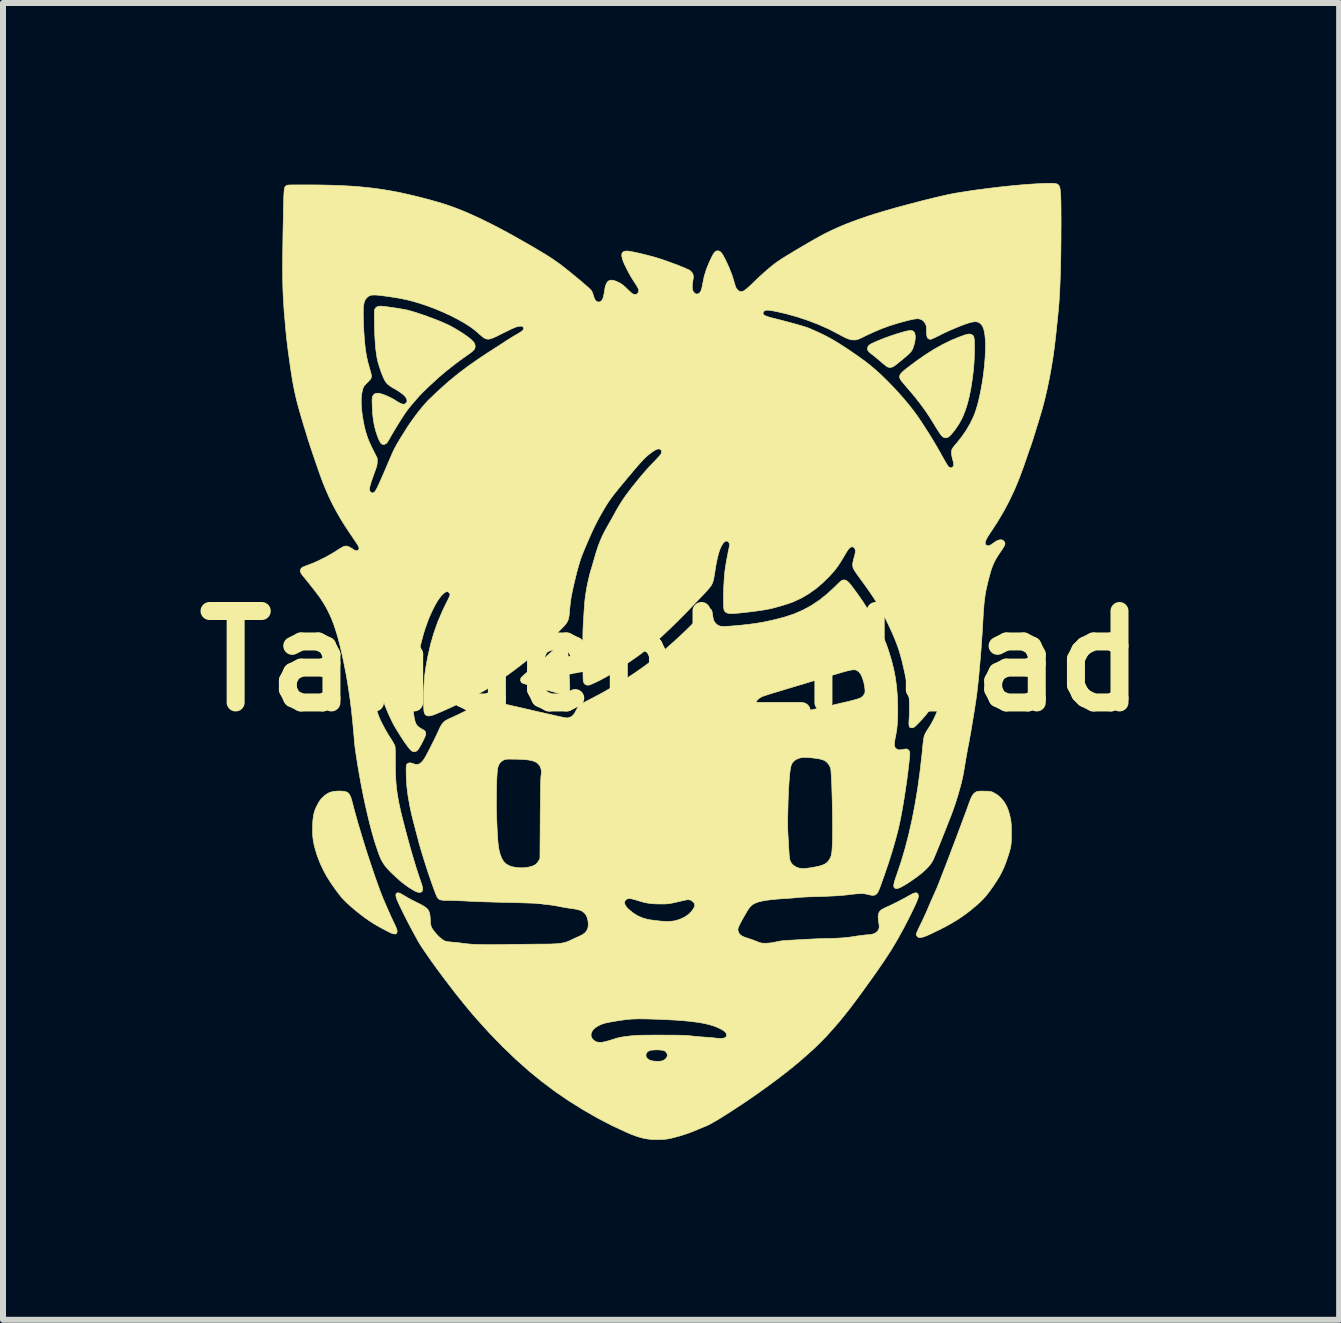
<source format=kicad_pcb>
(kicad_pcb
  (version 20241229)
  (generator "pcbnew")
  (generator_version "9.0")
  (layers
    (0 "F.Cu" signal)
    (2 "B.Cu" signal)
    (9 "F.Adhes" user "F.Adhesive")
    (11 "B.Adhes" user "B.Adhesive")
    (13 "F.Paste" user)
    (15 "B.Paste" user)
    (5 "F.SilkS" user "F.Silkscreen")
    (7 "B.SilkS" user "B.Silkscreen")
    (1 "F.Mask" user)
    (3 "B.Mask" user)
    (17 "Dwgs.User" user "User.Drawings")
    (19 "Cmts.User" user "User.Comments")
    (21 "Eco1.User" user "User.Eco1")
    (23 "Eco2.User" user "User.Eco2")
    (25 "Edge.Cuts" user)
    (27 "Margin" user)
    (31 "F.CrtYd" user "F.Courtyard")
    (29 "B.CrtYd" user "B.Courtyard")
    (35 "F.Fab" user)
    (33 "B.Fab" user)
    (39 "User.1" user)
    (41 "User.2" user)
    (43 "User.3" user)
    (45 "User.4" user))
  (footprint "Tangent_Head"
    (layer "F.Cu")
    (at 8.135 7.969)
    (property "Reference" "Tangent_Head" (at 0 0 0) (layer "F.SilkS") (effects (font (size 1.524 1.524) (thickness 0.3))))
    (attr through_hole)
    (fp_poly (pts (xy 4.011 -5.508) (xy 4.028 -5.503) (xy 4.042 -5.494) (xy 4.05 -5.486) (xy 4.063 -5.462) (xy 4.07 -5.427) (xy 4.071 -5.383) (xy 4.065 -5.333) (xy 4.053 -5.279) (xy 4.035 -5.223) (xy 4.034 -5.22) (xy 4.027 -5.202) (xy 4.018 -5.185) (xy 4.008 -5.168) (xy 3.994 -5.151) (xy 3.975 -5.131) (xy 3.951 -5.108) (xy 3.921 -5.081) (xy 3.882 -5.048) (xy 3.835 -5.009) (xy 3.778 -4.963) (xy 3.734 -4.928) (xy 3.696 -4.904) (xy 3.657 -4.894) (xy 3.621 -4.898) (xy 3.603 -4.906) (xy 3.588 -4.916) (xy 3.565 -4.934) (xy 3.537 -4.957) (xy 3.507 -4.982) (xy 3.506 -4.984) (xy 3.47 -5.014) (xy 3.431 -5.047) (xy 3.394 -5.077) (xy 3.369 -5.097) (xy 3.334 -5.124) (xy 3.31 -5.145) (xy 3.293 -5.161) (xy 3.283 -5.175) (xy 3.278 -5.188) (xy 3.275 -5.2) (xy 3.277 -5.229) (xy 3.29 -5.254) (xy 3.318 -5.278) (xy 3.349 -5.295) (xy 3.395 -5.316) (xy 3.451 -5.34) (xy 3.515 -5.366) (xy 3.582 -5.392) (xy 3.65 -5.416) (xy 3.715 -5.438) (xy 3.758 -5.452) (xy 3.826 -5.473) (xy 3.882 -5.489) (xy 3.926 -5.5) (xy 3.962 -5.507) (xy 3.989 -5.51) (xy 4.011 -5.508)) (stroke (width 0.01) (type solid)) (fill yes) (layer "F.SilkS"))
    (fp_poly (pts (xy -1.741 -0.317) (xy -1.734 -0.309) (xy -1.728 -0.3) (xy -1.723 -0.29) (xy -1.721 -0.275) (xy -1.719 -0.253) (xy -1.718 -0.222) (xy -1.718 -0.179) (xy -1.718 -0.176) (xy -1.718 -0.138) (xy -1.716 -0.088) (xy -1.714 -0.03) (xy -1.71 0.033) (xy -1.707 0.097) (xy -1.703 0.153) (xy -1.699 0.213) (xy -1.696 0.271) (xy -1.693 0.325) (xy -1.691 0.373) (xy -1.689 0.412) (xy -1.688 0.438) (xy -1.688 0.439) (xy -1.689 0.472) (xy -1.69 0.494) (xy -1.694 0.509) (xy -1.7 0.52) (xy -1.709 0.531) (xy -1.735 0.549) (xy -1.768 0.558) (xy -1.803 0.556) (xy -1.804 0.556) (xy -1.839 0.547) (xy -1.883 0.535) (xy -1.934 0.521) (xy -1.99 0.506) (xy -2.051 0.489) (xy -2.113 0.472) (xy -2.175 0.455) (xy -2.236 0.438) (xy -2.294 0.422) (xy -2.346 0.407) (xy -2.392 0.394) (xy -2.43 0.383) (xy -2.457 0.375) (xy -2.472 0.37) (xy -2.474 0.369) (xy -2.498 0.35) (xy -2.509 0.324) (xy -2.506 0.294) (xy -2.499 0.277) (xy -2.49 0.267) (xy -2.471 0.249) (xy -2.445 0.225) (xy -2.411 0.197) (xy -2.374 0.167) (xy -2.363 0.159) (xy -2.302 0.11) (xy -2.235 0.055) (xy -2.165 -0.004) (xy -2.095 -0.064) (xy -2.027 -0.124) (xy -1.965 -0.179) (xy -1.912 -0.229) (xy -1.909 -0.232) (xy -1.881 -0.258) (xy -1.854 -0.282) (xy -1.833 -0.301) (xy -1.82 -0.312) (xy -1.792 -0.326) (xy -1.765 -0.328) (xy -1.741 -0.317)) (stroke (width 0.01) (type solid)) (fill yes) (layer "F.SilkS"))
    (fp_poly (pts (xy 4.994 -5.448) (xy 5.006 -5.444) (xy 5.022 -5.436) (xy 5.034 -5.427) (xy 5.043 -5.413) (xy 5.049 -5.393) (xy 5.054 -5.366) (xy 5.056 -5.33) (xy 5.057 -5.282) (xy 5.058 -5.225) (xy 5.056 -5.12) (xy 5.053 -5.023) (xy 5.047 -4.929) (xy 5.038 -4.832) (xy 5.025 -4.727) (xy 5.024 -4.714) (xy 5 -4.56) (xy 4.973 -4.419) (xy 4.941 -4.292) (xy 4.905 -4.178) (xy 4.865 -4.078) (xy 4.852 -4.05) (xy 4.825 -3.999) (xy 4.795 -3.947) (xy 4.761 -3.895) (xy 4.727 -3.847) (xy 4.693 -3.805) (xy 4.662 -3.769) (xy 4.634 -3.743) (xy 4.616 -3.731) (xy 4.583 -3.721) (xy 4.551 -3.726) (xy 4.527 -3.74) (xy 4.515 -3.752) (xy 4.501 -3.768) (xy 4.484 -3.79) (xy 4.465 -3.819) (xy 4.441 -3.856) (xy 4.411 -3.904) (xy 4.378 -3.959) (xy 4.306 -4.074) (xy 4.231 -4.185) (xy 4.151 -4.294) (xy 4.064 -4.405) (xy 3.967 -4.52) (xy 3.946 -4.544) (xy 3.905 -4.592) (xy 3.873 -4.63) (xy 3.848 -4.66) (xy 3.831 -4.683) (xy 3.82 -4.702) (xy 3.813 -4.717) (xy 3.81 -4.731) (xy 3.81 -4.738) (xy 3.812 -4.758) (xy 3.82 -4.777) (xy 3.835 -4.797) (xy 3.858 -4.821) (xy 3.892 -4.85) (xy 3.92 -4.873) (xy 4.08 -4.994) (xy 4.234 -5.102) (xy 4.384 -5.197) (xy 4.531 -5.279) (xy 4.675 -5.349) (xy 4.791 -5.397) (xy 4.848 -5.418) (xy 4.892 -5.434) (xy 4.927 -5.444) (xy 4.954 -5.45) (xy 4.976 -5.451) (xy 4.994 -5.448)) (stroke (width 0.01) (type solid)) (fill yes) (layer "F.SilkS"))
    (fp_poly (pts (xy -5.479 2.168) (xy -5.438 2.173) (xy -5.405 2.183) (xy -5.379 2.2) (xy -5.359 2.226) (xy -5.341 2.262) (xy -5.325 2.31) (xy -5.311 2.362) (xy -5.283 2.469) (xy -5.251 2.585) (xy -5.216 2.709) (xy -5.178 2.837) (xy -5.138 2.969) (xy -5.097 3.102) (xy -5.055 3.234) (xy -5.012 3.364) (xy -4.97 3.49) (xy -4.929 3.61) (xy -4.889 3.722) (xy -4.852 3.824) (xy -4.817 3.914) (xy -4.802 3.952) (xy -4.783 3.996) (xy -4.76 4.05) (xy -4.735 4.108) (xy -4.707 4.17) (xy -4.68 4.232) (xy -4.653 4.291) (xy -4.628 4.344) (xy -4.607 4.388) (xy -4.593 4.417) (xy -4.574 4.462) (xy -4.565 4.498) (xy -4.568 4.525) (xy -4.576 4.538) (xy -4.589 4.547) (xy -4.606 4.549) (xy -4.628 4.546) (xy -4.658 4.536) (xy -4.698 4.518) (xy -4.741 4.496) (xy -4.845 4.441) (xy -4.939 4.387) (xy -5.027 4.331) (xy -5.114 4.27) (xy -5.201 4.203) (xy -5.293 4.128) (xy -5.323 4.102) (xy -5.374 4.057) (xy -5.418 4.016) (xy -5.456 3.977) (xy -5.493 3.937) (xy -5.53 3.891) (xy -5.572 3.836) (xy -5.581 3.824) (xy -5.663 3.708) (xy -5.734 3.597) (xy -5.794 3.487) (xy -5.846 3.376) (xy -5.891 3.261) (xy -5.905 3.22) (xy -5.93 3.138) (xy -5.949 3.065) (xy -5.963 2.997) (xy -5.971 2.929) (xy -5.975 2.857) (xy -5.975 2.776) (xy -5.974 2.757) (xy -5.972 2.686) (xy -5.967 2.627) (xy -5.96 2.577) (xy -5.95 2.532) (xy -5.937 2.489) (xy -5.919 2.445) (xy -5.902 2.409) (xy -5.869 2.349) (xy -5.834 2.3) (xy -5.794 2.259) (xy -5.758 2.229) (xy -5.716 2.202) (xy -5.672 2.184) (xy -5.622 2.172) (xy -5.564 2.167) (xy -5.531 2.166) (xy -5.479 2.168)) (stroke (width 0.01) (type solid)) (fill yes) (layer "F.SilkS"))
    (fp_poly (pts (xy 5.23 2.168) (xy 5.271 2.169) (xy 5.301 2.171) (xy 5.323 2.173) (xy 5.342 2.178) (xy 5.36 2.185) (xy 5.381 2.195) (xy 5.381 2.195) (xy 5.445 2.234) (xy 5.502 2.286) (xy 5.553 2.348) (xy 5.594 2.419) (xy 5.625 2.496) (xy 5.631 2.518) (xy 5.645 2.568) (xy 5.655 2.612) (xy 5.663 2.652) (xy 5.668 2.691) (xy 5.671 2.733) (xy 5.673 2.782) (xy 5.674 2.841) (xy 5.674 2.869) (xy 5.673 2.934) (xy 5.672 2.989) (xy 5.669 3.035) (xy 5.664 3.078) (xy 5.656 3.119) (xy 5.645 3.164) (xy 5.629 3.215) (xy 5.609 3.276) (xy 5.606 3.285) (xy 5.576 3.371) (xy 5.545 3.449) (xy 5.51 3.522) (xy 5.471 3.595) (xy 5.425 3.669) (xy 5.372 3.749) (xy 5.332 3.806) (xy 5.288 3.865) (xy 5.248 3.915) (xy 5.21 3.958) (xy 5.169 4) (xy 5.123 4.043) (xy 5.085 4.076) (xy 4.986 4.159) (xy 4.888 4.233) (xy 4.787 4.302) (xy 4.68 4.367) (xy 4.565 4.431) (xy 4.475 4.476) (xy 4.407 4.51) (xy 4.35 4.537) (xy 4.303 4.559) (xy 4.265 4.576) (xy 4.235 4.588) (xy 4.209 4.597) (xy 4.188 4.603) (xy 4.17 4.606) (xy 4.164 4.607) (xy 4.14 4.609) (xy 4.124 4.606) (xy 4.111 4.597) (xy 4.106 4.592) (xy 4.093 4.574) (xy 4.086 4.556) (xy 4.086 4.554) (xy 4.09 4.542) (xy 4.099 4.519) (xy 4.113 4.488) (xy 4.13 4.449) (xy 4.151 4.407) (xy 4.158 4.392) (xy 4.185 4.337) (xy 4.213 4.277) (xy 4.241 4.216) (xy 4.267 4.158) (xy 4.285 4.116) (xy 4.306 4.066) (xy 4.329 4.011) (xy 4.353 3.958) (xy 4.374 3.91) (xy 4.385 3.886) (xy 4.406 3.839) (xy 4.43 3.785) (xy 4.452 3.73) (xy 4.472 3.681) (xy 4.472 3.68) (xy 4.5 3.608) (xy 4.531 3.528) (xy 4.565 3.441) (xy 4.6 3.35) (xy 4.636 3.255) (xy 4.673 3.158) (xy 4.71 3.06) (xy 4.747 2.963) (xy 4.782 2.869) (xy 4.816 2.779) (xy 4.848 2.693) (xy 4.877 2.615) (xy 4.904 2.544) (xy 4.926 2.484) (xy 4.944 2.434) (xy 4.957 2.397) (xy 4.977 2.342) (xy 4.994 2.299) (xy 5.009 2.265) (xy 5.023 2.24) (xy 5.038 2.219) (xy 5.051 2.205) (xy 5.069 2.19) (xy 5.088 2.179) (xy 5.112 2.172) (xy 5.143 2.168) (xy 5.184 2.167) (xy 5.23 2.168)) (stroke (width 0.01) (type solid)) (fill yes) (layer "F.SilkS"))
    (fp_poly (pts (xy -4.818 -5.915) (xy -4.783 -5.912) (xy -4.739 -5.906) (xy -4.688 -5.899) (xy -4.633 -5.891) (xy -4.576 -5.883) (xy -4.521 -5.874) (xy -4.47 -5.865) (xy -4.426 -5.857) (xy -4.391 -5.85) (xy -4.377 -5.846) (xy -4.313 -5.828) (xy -4.241 -5.806) (xy -4.163 -5.78) (xy -4.081 -5.752) (xy -3.999 -5.721) (xy -3.918 -5.691) (xy -3.844 -5.661) (xy -3.777 -5.632) (xy -3.72 -5.607) (xy -3.706 -5.6) (xy -3.642 -5.566) (xy -3.576 -5.528) (xy -3.512 -5.489) (xy -3.451 -5.449) (xy -3.397 -5.411) (xy -3.351 -5.376) (xy -3.322 -5.35) (xy -3.293 -5.32) (xy -3.275 -5.294) (xy -3.267 -5.268) (xy -3.265 -5.246) (xy -3.267 -5.226) (xy -3.274 -5.206) (xy -3.287 -5.187) (xy -3.309 -5.165) (xy -3.339 -5.14) (xy -3.381 -5.11) (xy -3.404 -5.094) (xy -3.468 -5.049) (xy -3.539 -4.997) (xy -3.613 -4.941) (xy -3.687 -4.883) (xy -3.757 -4.827) (xy -3.819 -4.775) (xy -3.821 -4.773) (xy -3.864 -4.736) (xy -3.911 -4.694) (xy -3.96 -4.649) (xy -4.009 -4.604) (xy -4.056 -4.56) (xy -4.099 -4.518) (xy -4.136 -4.482) (xy -4.165 -4.453) (xy -4.178 -4.439) (xy -4.247 -4.362) (xy -4.306 -4.294) (xy -4.356 -4.234) (xy -4.397 -4.181) (xy -4.407 -4.167) (xy -4.434 -4.129) (xy -4.466 -4.08) (xy -4.502 -4.025) (xy -4.54 -3.965) (xy -4.577 -3.904) (xy -4.613 -3.845) (xy -4.645 -3.791) (xy -4.672 -3.744) (xy -4.674 -3.74) (xy -4.693 -3.706) (xy -4.711 -3.675) (xy -4.727 -3.651) (xy -4.736 -3.637) (xy -4.76 -3.619) (xy -4.787 -3.61) (xy -4.813 -3.614) (xy -4.824 -3.62) (xy -4.841 -3.637) (xy -4.859 -3.668) (xy -4.879 -3.713) (xy -4.9 -3.769) (xy -4.927 -3.853) (xy -4.948 -3.939) (xy -4.963 -4.029) (xy -4.974 -4.126) (xy -4.98 -4.235) (xy -4.98 -4.247) (xy -4.982 -4.298) (xy -4.983 -4.336) (xy -4.982 -4.364) (xy -4.981 -4.384) (xy -4.979 -4.399) (xy -4.975 -4.411) (xy -4.971 -4.418) (xy -4.951 -4.446) (xy -4.922 -4.462) (xy -4.885 -4.465) (xy -4.872 -4.464) (xy -4.83 -4.454) (xy -4.78 -4.437) (xy -4.726 -4.415) (xy -4.671 -4.389) (xy -4.619 -4.361) (xy -4.587 -4.34) (xy -4.54 -4.311) (xy -4.502 -4.292) (xy -4.472 -4.282) (xy -4.447 -4.282) (xy -4.427 -4.292) (xy -4.419 -4.299) (xy -4.402 -4.324) (xy -4.401 -4.352) (xy -4.413 -4.384) (xy -4.439 -4.418) (xy -4.478 -4.454) (xy -4.531 -4.492) (xy -4.597 -4.532) (xy -4.644 -4.559) (xy -4.68 -4.582) (xy -4.708 -4.602) (xy -4.73 -4.622) (xy -4.748 -4.643) (xy -4.759 -4.659) (xy -4.777 -4.688) (xy -4.796 -4.73) (xy -4.817 -4.779) (xy -4.838 -4.835) (xy -4.857 -4.893) (xy -4.875 -4.95) (xy -4.89 -5.005) (xy -4.9 -5.05) (xy -4.912 -5.125) (xy -4.923 -5.213) (xy -4.931 -5.313) (xy -4.938 -5.424) (xy -4.942 -5.544) (xy -4.943 -5.603) (xy -4.944 -5.671) (xy -4.945 -5.725) (xy -4.945 -5.768) (xy -4.945 -5.801) (xy -4.944 -5.825) (xy -4.943 -5.843) (xy -4.94 -5.856) (xy -4.938 -5.865) (xy -4.935 -5.87) (xy -4.914 -5.896) (xy -4.882 -5.912) (xy -4.842 -5.917) (xy -4.818 -5.915)) (stroke (width 0.01) (type solid)) (fill yes) (layer "F.SilkS"))
    (fp_poly (pts (xy 2.903 -1.35) (xy 2.921 -1.343) (xy 2.94 -1.33) (xy 2.962 -1.31) (xy 2.988 -1.28) (xy 3.019 -1.241) (xy 3.043 -1.208) (xy 3.101 -1.13) (xy 3.153 -1.056) (xy 3.201 -0.986) (xy 3.247 -0.914) (xy 3.293 -0.84) (xy 3.34 -0.76) (xy 3.39 -0.672) (xy 3.437 -0.586) (xy 3.473 -0.52) (xy 3.503 -0.464) (xy 3.528 -0.416) (xy 3.549 -0.373) (xy 3.566 -0.333) (xy 3.583 -0.294) (xy 3.598 -0.253) (xy 3.614 -0.207) (xy 3.63 -0.159) (xy 3.675 -0.012) (xy 3.711 0.132) (xy 3.739 0.275) (xy 3.759 0.423) (xy 3.772 0.577) (xy 3.778 0.725) (xy 3.779 0.848) (xy 3.777 0.957) (xy 3.771 1.055) (xy 3.762 1.143) (xy 3.749 1.221) (xy 3.746 1.236) (xy 3.734 1.296) (xy 3.726 1.344) (xy 3.722 1.381) (xy 3.724 1.409) (xy 3.729 1.431) (xy 3.74 1.448) (xy 3.755 1.462) (xy 3.758 1.464) (xy 3.777 1.475) (xy 3.8 1.48) (xy 3.829 1.479) (xy 3.869 1.472) (xy 3.872 1.472) (xy 3.901 1.466) (xy 3.919 1.465) (xy 3.933 1.467) (xy 3.943 1.472) (xy 3.958 1.482) (xy 3.969 1.494) (xy 3.976 1.51) (xy 3.979 1.532) (xy 3.979 1.563) (xy 3.976 1.604) (xy 3.971 1.647) (xy 3.958 1.767) (xy 3.943 1.892) (xy 3.926 2.019) (xy 3.907 2.146) (xy 3.888 2.271) (xy 3.868 2.392) (xy 3.848 2.507) (xy 3.828 2.614) (xy 3.808 2.711) (xy 3.789 2.796) (xy 3.783 2.82) (xy 3.736 2.997) (xy 3.682 3.184) (xy 3.621 3.375) (xy 3.555 3.569) (xy 3.486 3.761) (xy 3.469 3.806) (xy 3.449 3.85) (xy 3.428 3.88) (xy 3.403 3.898) (xy 3.371 3.905) (xy 3.332 3.902) (xy 3.29 3.892) (xy 3.255 3.884) (xy 3.219 3.878) (xy 3.178 3.876) (xy 3.131 3.877) (xy 3.075 3.881) (xy 3.008 3.888) (xy 2.981 3.892) (xy 2.898 3.901) (xy 2.807 3.909) (xy 2.707 3.915) (xy 2.596 3.92) (xy 2.473 3.925) (xy 2.406 3.926) (xy 2.348 3.928) (xy 2.287 3.93) (xy 2.228 3.933) (xy 2.175 3.936) (xy 2.131 3.94) (xy 2.118 3.941) (xy 2.072 3.945) (xy 2.018 3.95) (xy 1.959 3.954) (xy 1.903 3.958) (xy 1.883 3.959) (xy 1.773 3.967) (xy 1.679 3.976) (xy 1.597 3.986) (xy 1.528 3.998) (xy 1.471 4.011) (xy 1.425 4.026) (xy 1.397 4.038) (xy 1.373 4.051) (xy 1.352 4.065) (xy 1.333 4.082) (xy 1.313 4.103) (xy 1.293 4.13) (xy 1.27 4.164) (xy 1.245 4.208) (xy 1.214 4.262) (xy 1.193 4.299) (xy 1.165 4.351) (xy 1.144 4.392) (xy 1.129 4.424) (xy 1.119 4.449) (xy 1.115 4.469) (xy 1.115 4.486) (xy 1.119 4.503) (xy 1.126 4.521) (xy 1.127 4.524) (xy 1.141 4.548) (xy 1.161 4.568) (xy 1.188 4.585) (xy 1.225 4.602) (xy 1.274 4.618) (xy 1.277 4.619) (xy 1.32 4.633) (xy 1.366 4.649) (xy 1.408 4.665) (xy 1.431 4.674) (xy 1.462 4.687) (xy 1.486 4.695) (xy 1.508 4.7) (xy 1.534 4.702) (xy 1.568 4.703) (xy 1.576 4.703) (xy 1.625 4.701) (xy 1.671 4.696) (xy 1.72 4.687) (xy 1.744 4.682) (xy 1.798 4.671) (xy 1.853 4.662) (xy 1.915 4.657) (xy 1.957 4.654) (xy 2 4.652) (xy 2.054 4.649) (xy 2.116 4.645) (xy 2.18 4.642) (xy 2.245 4.638) (xy 2.282 4.636) (xy 2.343 4.633) (xy 2.406 4.63) (xy 2.468 4.627) (xy 2.524 4.626) (xy 2.571 4.625) (xy 2.596 4.624) (xy 2.691 4.623) (xy 2.786 4.618) (xy 2.878 4.612) (xy 2.963 4.603) (xy 3.022 4.595) (xy 3.104 4.582) (xy 3.175 4.573) (xy 3.237 4.565) (xy 3.291 4.561) (xy 3.342 4.555) (xy 3.382 4.544) (xy 3.413 4.528) (xy 3.439 4.505) (xy 3.457 4.481) (xy 3.467 4.454) (xy 3.47 4.422) (xy 3.466 4.381) (xy 3.463 4.362) (xy 3.454 4.301) (xy 3.452 4.251) (xy 3.459 4.211) (xy 3.473 4.179) (xy 3.497 4.153) (xy 3.509 4.144) (xy 3.527 4.133) (xy 3.556 4.118) (xy 3.589 4.102) (xy 3.616 4.09) (xy 3.663 4.069) (xy 3.719 4.041) (xy 3.78 4.011) (xy 3.843 3.978) (xy 3.903 3.946) (xy 3.957 3.916) (xy 3.983 3.901) (xy 4.026 3.878) (xy 4.059 3.865) (xy 4.084 3.862) (xy 4.103 3.869) (xy 4.112 3.879) (xy 4.119 3.89) (xy 4.122 3.903) (xy 4.123 3.918) (xy 4.12 3.938) (xy 4.114 3.962) (xy 4.102 3.992) (xy 4.087 4.03) (xy 4.065 4.077) (xy 4.039 4.133) (xy 4.006 4.2) (xy 3.967 4.279) (xy 3.871 4.465) (xy 3.774 4.64) (xy 3.673 4.81) (xy 3.564 4.978) (xy 3.456 5.136) (xy 3.363 5.268) (xy 3.277 5.388) (xy 3.198 5.498) (xy 3.124 5.599) (xy 3.055 5.692) (xy 2.99 5.778) (xy 2.928 5.857) (xy 2.868 5.932) (xy 2.81 6.003) (xy 2.752 6.071) (xy 2.693 6.138) (xy 2.634 6.204) (xy 2.582 6.261) (xy 2.479 6.366) (xy 2.364 6.477) (xy 2.236 6.591) (xy 2.098 6.71) (xy 1.949 6.831) (xy 1.79 6.954) (xy 1.623 7.078) (xy 1.449 7.203) (xy 1.267 7.329) (xy 1.08 7.453) (xy 0.994 7.509) (xy 0.909 7.563) (xy 0.835 7.61) (xy 0.771 7.649) (xy 0.715 7.681) (xy 0.668 7.708) (xy 0.626 7.73) (xy 0.59 7.747) (xy 0.564 7.758) (xy 0.534 7.77) (xy 0.496 7.786) (xy 0.456 7.802) (xy 0.437 7.811) (xy 0.306 7.863) (xy 0.168 7.909) (xy 0.051 7.941) (xy 0.002 7.953) (xy -0.036 7.961) (xy -0.07 7.967) (xy -0.103 7.971) (xy -0.14 7.973) (xy -0.178 7.974) (xy -0.221 7.975) (xy -0.26 7.975) (xy -0.294 7.975) (xy -0.317 7.974) (xy -0.321 7.974) (xy -0.389 7.966) (xy -0.453 7.955) (xy -0.516 7.939) (xy -0.582 7.918) (xy -0.655 7.891) (xy -0.736 7.857) (xy -0.743 7.854) (xy -0.983 7.742) (xy -1.224 7.617) (xy -1.461 7.481) (xy -1.693 7.337) (xy -1.916 7.185) (xy -1.936 7.171) (xy -2.154 7.007) (xy -2.372 6.829) (xy -2.589 6.636) (xy -2.657 6.57) (xy -0.418 6.57) (xy -0.416 6.593) (xy -0.407 6.611) (xy -0.393 6.625) (xy -0.367 6.645) (xy -0.335 6.659) (xy -0.294 6.667) (xy -0.242 6.67) (xy -0.232 6.671) (xy -0.191 6.67) (xy -0.161 6.667) (xy -0.139 6.661) (xy -0.13 6.657) (xy -0.095 6.635) (xy -0.072 6.609) (xy -0.062 6.579) (xy -0.064 6.55) (xy -0.079 6.522) (xy -0.107 6.498) (xy -0.115 6.494) (xy -0.135 6.488) (xy -0.166 6.484) (xy -0.205 6.481) (xy -0.246 6.48) (xy -0.287 6.482) (xy -0.323 6.485) (xy -0.351 6.49) (xy -0.364 6.494) (xy -0.394 6.515) (xy -0.412 6.538) (xy -0.418 6.565) (xy -0.418 6.57) (xy -2.657 6.57) (xy -2.805 6.428) (xy -3.011 6.216) (xy -1.333 6.216) (xy -1.332 6.253) (xy -1.317 6.288) (xy -1.297 6.312) (xy -1.271 6.333) (xy -1.243 6.347) (xy -1.211 6.354) (xy -1.173 6.355) (xy -1.127 6.35) (xy -1.072 6.337) (xy -1.006 6.318) (xy -0.981 6.31) (xy -0.934 6.295) (xy -0.895 6.283) (xy -0.861 6.275) (xy -0.827 6.268) (xy -0.789 6.262) (xy -0.744 6.256) (xy -0.704 6.251) (xy -0.67 6.247) (xy -0.639 6.244) (xy -0.608 6.242) (xy -0.577 6.239) (xy -0.543 6.238) (xy -0.505 6.236) (xy -0.461 6.236) (xy -0.41 6.235) (xy -0.349 6.235) (xy -0.277 6.234) (xy -0.193 6.234) (xy -0.161 6.234) (xy -0.069 6.235) (xy 0.01 6.235) (xy 0.077 6.235) (xy 0.133 6.236) (xy 0.18 6.237) (xy 0.22 6.238) (xy 0.255 6.24) (xy 0.284 6.242) (xy 0.311 6.245) (xy 0.336 6.248) (xy 0.382 6.253) (xy 0.436 6.258) (xy 0.493 6.263) (xy 0.547 6.267) (xy 0.56 6.268) (xy 0.606 6.271) (xy 0.651 6.274) (xy 0.69 6.278) (xy 0.721 6.281) (xy 0.732 6.283) (xy 0.792 6.289) (xy 0.841 6.29) (xy 0.88 6.284) (xy 0.902 6.275) (xy 0.919 6.263) (xy 0.925 6.248) (xy 0.926 6.231) (xy 0.923 6.21) (xy 0.91 6.19) (xy 0.888 6.169) (xy 0.854 6.147) (xy 0.813 6.125) (xy 0.762 6.102) (xy 0.705 6.08) (xy 0.641 6.061) (xy 0.571 6.044) (xy 0.493 6.029) (xy 0.406 6.016) (xy 0.309 6.004) (xy 0.201 5.994) (xy 0.081 5.985) (xy -0.051 5.978) (xy -0.196 5.971) (xy -0.299 5.968) (xy -0.39 5.965) (xy -0.468 5.964) (xy -0.538 5.963) (xy -0.6 5.965) (xy -0.658 5.967) (xy -0.715 5.972) (xy -0.774 5.979) (xy -0.836 5.987) (xy -0.906 5.998) (xy -0.956 6.007) (xy -1.015 6.017) (xy -1.063 6.027) (xy -1.101 6.035) (xy -1.133 6.045) (xy -1.161 6.055) (xy -1.189 6.068) (xy -1.212 6.079) (xy -1.26 6.109) (xy -1.297 6.143) (xy -1.321 6.179) (xy -1.333 6.216) (xy -3.011 6.216) (xy -3.02 6.207) (xy -3.233 5.972) (xy -3.314 5.879) (xy -3.375 5.807) (xy -3.44 5.728) (xy -3.508 5.643) (xy -3.579 5.555) (xy -3.65 5.463) (xy -3.721 5.37) (xy -3.792 5.277) (xy -3.86 5.185) (xy -3.927 5.094) (xy -3.989 5.008) (xy -4.047 4.925) (xy -4.1 4.849) (xy -4.146 4.78) (xy -4.185 4.72) (xy -4.216 4.669) (xy -4.226 4.65) (xy -4.29 4.533) (xy -4.347 4.427) (xy -4.398 4.329) (xy -4.445 4.237) (xy -4.487 4.151) (xy -4.528 4.066) (xy -4.545 4.029) (xy -4.568 3.976) (xy -4.582 3.934) (xy -4.587 3.902) (xy -4.584 3.881) (xy -4.572 3.868) (xy -4.551 3.862) (xy -4.546 3.862) (xy -4.526 3.867) (xy -4.495 3.882) (xy -4.454 3.906) (xy -4.445 3.911) (xy -4.412 3.931) (xy -4.37 3.955) (xy -4.322 3.981) (xy -4.272 4.007) (xy -4.231 4.027) (xy -4.171 4.057) (xy -4.124 4.084) (xy -4.087 4.109) (xy -4.059 4.134) (xy -4.04 4.162) (xy -4.027 4.194) (xy -4.019 4.232) (xy -4.014 4.279) (xy -4.012 4.314) (xy -4.009 4.359) (xy -4.006 4.392) (xy -3.999 4.42) (xy -3.989 4.445) (xy -3.973 4.471) (xy -3.95 4.502) (xy -3.931 4.526) (xy -3.893 4.569) (xy -3.852 4.609) (xy -3.812 4.641) (xy -3.775 4.663) (xy -3.767 4.667) (xy -3.747 4.672) (xy -3.715 4.678) (xy -3.676 4.682) (xy -3.649 4.685) (xy -3.605 4.688) (xy -3.557 4.693) (xy -3.513 4.698) (xy -3.489 4.702) (xy -3.427 4.71) (xy -3.356 4.717) (xy -3.275 4.722) (xy -3.184 4.725) (xy -3.081 4.727) (xy -2.965 4.727) (xy -2.836 4.726) (xy -2.77 4.725) (xy -2.687 4.723) (xy -2.597 4.722) (xy -2.504 4.721) (xy -2.412 4.72) (xy -2.324 4.719) (xy -2.243 4.718) (xy -2.173 4.717) (xy -2.166 4.717) (xy -2.079 4.717) (xy -2.004 4.716) (xy -1.941 4.713) (xy -1.887 4.71) (xy -1.84 4.704) (xy -1.8 4.697) (xy -1.763 4.688) (xy -1.727 4.677) (xy -1.692 4.662) (xy -1.656 4.645) (xy -1.64 4.637) (xy -1.606 4.621) (xy -1.566 4.603) (xy -1.53 4.587) (xy -1.528 4.586) (xy -1.472 4.558) (xy -1.43 4.525) (xy -1.401 4.487) (xy -1.384 4.441) (xy -1.379 4.389) (xy -1.383 4.336) (xy -1.394 4.285) (xy -1.412 4.241) (xy -1.435 4.208) (xy -1.439 4.204) (xy -1.461 4.184) (xy -1.484 4.168) (xy -1.512 4.155) (xy -1.546 4.145) (xy -1.589 4.135) (xy -1.642 4.126) (xy -1.688 4.12) (xy -1.734 4.113) (xy -1.784 4.105) (xy -1.832 4.096) (xy -1.86 4.09) (xy -1.898 4.083) (xy -1.945 4.075) (xy -1.996 4.067) (xy -2.044 4.061) (xy -2.051 4.061) (xy -2.091 4.056) (xy -2.126 4.052) (xy -2.154 4.048) (xy -2.171 4.045) (xy -2.174 4.044) (xy -2.186 4.042) (xy -2.213 4.04) (xy -2.254 4.038) (xy -2.282 4.036) (xy -0.775 4.036) (xy -0.763 4.069) (xy -0.737 4.106) (xy -0.705 4.138) (xy -0.631 4.199) (xy -0.554 4.247) (xy -0.472 4.282) (xy -0.383 4.307) (xy -0.284 4.322) (xy -0.28 4.322) (xy -0.248 4.326) (xy -0.21 4.33) (xy -0.183 4.333) (xy -0.106 4.339) (xy -0.033 4.339) (xy 0.031 4.334) (xy 0.079 4.325) (xy 0.156 4.3) (xy 0.226 4.267) (xy 0.286 4.226) (xy 0.31 4.205) (xy 0.34 4.173) (xy 0.366 4.139) (xy 0.385 4.106) (xy 0.395 4.079) (xy 0.396 4.068) (xy 0.389 4.042) (xy 0.371 4.017) (xy 0.345 3.995) (xy 0.332 3.988) (xy 0.318 3.983) (xy 0.306 3.979) (xy 0.293 3.977) (xy 0.276 3.978) (xy 0.254 3.981) (xy 0.224 3.987) (xy 0.184 3.996) (xy 0.132 4.008) (xy 0.123 4.01) (xy 0.07 4.022) (xy 0.027 4.032) (xy -0.007 4.038) (xy -0.037 4.043) (xy -0.066 4.046) (xy -0.097 4.048) (xy -0.133 4.048) (xy -0.178 4.049) (xy -0.261 4.047) (xy -0.333 4.042) (xy -0.401 4.032) (xy -0.469 4.017) (xy -0.541 3.996) (xy -0.552 3.992) (xy -0.608 3.975) (xy -0.653 3.964) (xy -0.688 3.959) (xy -0.716 3.96) (xy -0.737 3.968) (xy -0.755 3.981) (xy -0.772 4.007) (xy -0.775 4.036) (xy -2.282 4.036) (xy -2.31 4.035) (xy -2.38 4.033) (xy -2.464 4.03) (xy -2.563 4.027) (xy -2.674 4.024) (xy -2.799 4.021) (xy -2.854 4.02) (xy -2.934 4.018) (xy -3.017 4.015) (xy -3.1 4.013) (xy -3.181 4.01) (xy -3.257 4.007) (xy -3.324 4.004) (xy -3.381 4.002) (xy -3.4 4) (xy -3.461 3.997) (xy -3.524 3.995) (xy -3.585 3.992) (xy -3.642 3.99) (xy -3.689 3.989) (xy -3.712 3.989) (xy -3.765 3.989) (xy -3.805 3.987) (xy -3.835 3.982) (xy -3.857 3.975) (xy -3.874 3.965) (xy -3.888 3.95) (xy -3.896 3.939) (xy -3.905 3.92) (xy -3.919 3.889) (xy -3.936 3.846) (xy -3.955 3.794) (xy -3.977 3.733) (xy -4.001 3.666) (xy -4.025 3.594) (xy -4.051 3.519) (xy -4.076 3.441) (xy -4.101 3.363) (xy -4.125 3.287) (xy -4.148 3.213) (xy -4.169 3.143) (xy -4.187 3.079) (xy -4.203 3.023) (xy -4.209 2.997) (xy -4.221 2.953) (xy -4.235 2.9) (xy -4.25 2.843) (xy -4.265 2.787) (xy -4.273 2.756) (xy -4.32 2.574) (xy -4.357 2.402) (xy -4.368 2.337) (xy -2.912 2.337) (xy -2.911 2.42) (xy -2.91 2.501) (xy -2.908 2.578) (xy -2.907 2.599) (xy -2.903 2.703) (xy -2.899 2.793) (xy -2.895 2.87) (xy -2.891 2.937) (xy -2.887 2.995) (xy -2.882 3.045) (xy -2.877 3.088) (xy -2.871 3.126) (xy -2.864 3.16) (xy -2.856 3.192) (xy -2.847 3.223) (xy -2.845 3.229) (xy -2.821 3.29) (xy -2.791 3.34) (xy -2.753 3.378) (xy -2.706 3.407) (xy -2.648 3.428) (xy -2.579 3.44) (xy -2.554 3.443) (xy -2.493 3.446) (xy -2.44 3.444) (xy -2.388 3.437) (xy -2.349 3.428) (xy -2.299 3.413) (xy -2.26 3.392) (xy -2.23 3.365) (xy -2.208 3.332) (xy -2.185 3.291) (xy -2.181 2.704) (xy 1.944 2.704) (xy 1.944 2.753) (xy 1.945 2.8) (xy 1.947 2.846) (xy 1.949 2.893) (xy 1.952 2.943) (xy 1.956 3.001) (xy 1.959 3.058) (xy 1.962 3.111) (xy 1.965 3.159) (xy 1.967 3.196) (xy 1.968 3.212) (xy 1.971 3.25) (xy 1.975 3.285) (xy 1.981 3.314) (xy 1.984 3.326) (xy 2.006 3.369) (xy 2.04 3.404) (xy 2.084 3.432) (xy 2.136 3.451) (xy 2.193 3.458) (xy 2.2 3.458) (xy 2.224 3.457) (xy 2.258 3.454) (xy 2.299 3.449) (xy 2.343 3.442) (xy 2.361 3.439) (xy 2.43 3.426) (xy 2.487 3.413) (xy 2.532 3.397) (xy 2.569 3.38) (xy 2.598 3.359) (xy 2.622 3.333) (xy 2.638 3.311) (xy 2.651 3.288) (xy 2.661 3.266) (xy 2.67 3.24) (xy 2.676 3.21) (xy 2.681 3.173) (xy 2.685 3.127) (xy 2.688 3.069) (xy 2.69 3.037) (xy 2.691 2.986) (xy 2.693 2.926) (xy 2.693 2.857) (xy 2.693 2.781) (xy 2.693 2.7) (xy 2.692 2.614) (xy 2.691 2.526) (xy 2.689 2.436) (xy 2.687 2.347) (xy 2.685 2.259) (xy 2.682 2.174) (xy 2.68 2.094) (xy 2.677 2.02) (xy 2.674 1.953) (xy 2.67 1.895) (xy 2.667 1.847) (xy 2.664 1.811) (xy 2.66 1.788) (xy 2.659 1.784) (xy 2.643 1.746) (xy 2.617 1.708) (xy 2.586 1.676) (xy 2.569 1.664) (xy 2.533 1.647) (xy 2.484 1.633) (xy 2.423 1.622) (xy 2.353 1.613) (xy 2.29 1.609) (xy 2.244 1.607) (xy 2.21 1.607) (xy 2.184 1.608) (xy 2.162 1.612) (xy 2.141 1.617) (xy 2.141 1.617) (xy 2.088 1.638) (xy 2.047 1.667) (xy 2.017 1.705) (xy 1.998 1.752) (xy 1.991 1.785) (xy 1.984 1.831) (xy 1.977 1.89) (xy 1.971 1.961) (xy 1.965 2.042) (xy 1.96 2.133) (xy 1.955 2.232) (xy 1.951 2.338) (xy 1.949 2.428) (xy 1.947 2.513) (xy 1.945 2.586) (xy 1.944 2.649) (xy 1.944 2.704) (xy -2.181 2.704) (xy -2.181 2.622) (xy -2.18 2.494) (xy -2.178 2.377) (xy -2.177 2.272) (xy -2.176 2.181) (xy -2.175 2.102) (xy -2.173 2.036) (xy -2.172 1.984) (xy -2.17 1.946) (xy -2.169 1.923) (xy -2.168 1.916) (xy -2.16 1.855) (xy -2.166 1.8) (xy -2.184 1.753) (xy -2.215 1.713) (xy -2.232 1.698) (xy -2.259 1.681) (xy -2.291 1.668) (xy -2.33 1.657) (xy -2.378 1.648) (xy -2.435 1.642) (xy -2.504 1.638) (xy -2.586 1.635) (xy -2.627 1.635) (xy -2.674 1.634) (xy -2.708 1.634) (xy -2.733 1.635) (xy -2.752 1.637) (xy -2.767 1.641) (xy -2.781 1.646) (xy -2.796 1.653) (xy -2.833 1.677) (xy -2.86 1.708) (xy -2.88 1.75) (xy -2.887 1.774) (xy -2.892 1.8) (xy -2.896 1.839) (xy -2.9 1.889) (xy -2.904 1.949) (xy -2.906 2.018) (xy -2.909 2.092) (xy -2.91 2.171) (xy -2.911 2.254) (xy -2.912 2.337) (xy -4.368 2.337) (xy -4.385 2.239) (xy -4.404 2.083) (xy -4.413 1.934) (xy -4.415 1.842) (xy -4.415 1.799) (xy -4.414 1.769) (xy -4.412 1.748) (xy -4.409 1.733) (xy -4.405 1.723) (xy -4.4 1.716) (xy -4.378 1.7) (xy -4.348 1.696) (xy -4.311 1.704) (xy -4.292 1.712) (xy -4.252 1.723) (xy -4.215 1.721) (xy -4.181 1.706) (xy -4.148 1.675) (xy -4.12 1.639) (xy -4.105 1.615) (xy -4.085 1.58) (xy -4.061 1.535) (xy -4.035 1.485) (xy -4.006 1.43) (xy -3.978 1.373) (xy -3.949 1.316) (xy -3.923 1.262) (xy -3.9 1.213) (xy -3.887 1.185) (xy -3.862 1.129) (xy -3.84 1.085) (xy -3.818 1.051) (xy -3.796 1.023) (xy -3.77 1.001) (xy -3.738 0.981) (xy -3.699 0.961) (xy -3.654 0.941) (xy -3.63 0.93) (xy -3.595 0.914) (xy -3.55 0.893) (xy -3.499 0.868) (xy -3.444 0.841) (xy -3.386 0.812) (xy -3.348 0.793) (xy -3.115 0.676) (xy -3.031 0.676) (xy -3.004 0.677) (xy -2.98 0.678) (xy -2.955 0.68) (xy -2.927 0.684) (xy -2.895 0.69) (xy -2.855 0.698) (xy -2.805 0.709) (xy -2.745 0.723) (xy -2.604 0.755) (xy -2.477 0.784) (xy -2.363 0.81) (xy -2.262 0.834) (xy -2.172 0.854) (xy -2.092 0.872) (xy -2.023 0.888) (xy -1.964 0.901) (xy -1.913 0.913) (xy -1.87 0.922) (xy -1.834 0.93) (xy -1.804 0.936) (xy -1.78 0.94) (xy -1.762 0.944) (xy -1.747 0.946) (xy -1.736 0.947) (xy -1.728 0.947) (xy -1.721 0.947) (xy -1.716 0.946) (xy -1.712 0.944) (xy -1.707 0.943) (xy -1.701 0.941) (xy -1.701 0.941) (xy -1.669 0.929) (xy -1.642 0.911) (xy -1.617 0.882) (xy -1.593 0.843) (xy -1.58 0.818) (xy -1.558 0.776) (xy -1.554 0.77) (xy 1.396 0.77) (xy 1.401 0.829) (xy 1.417 0.88) (xy 1.44 0.922) (xy 1.472 0.954) (xy 1.511 0.974) (xy 1.531 0.978) (xy 1.543 0.98) (xy 1.556 0.98) (xy 1.572 0.98) (xy 1.592 0.977) (xy 1.618 0.973) (xy 1.652 0.967) (xy 1.694 0.958) (xy 1.746 0.947) (xy 1.81 0.933) (xy 1.883 0.916) (xy 1.936 0.904) (xy 2.002 0.889) (xy 2.078 0.872) (xy 2.162 0.853) (xy 2.251 0.833) (xy 2.345 0.812) (xy 2.44 0.791) (xy 2.534 0.769) (xy 2.615 0.751) (xy 2.718 0.728) (xy 2.808 0.707) (xy 2.886 0.689) (xy 2.952 0.674) (xy 3.007 0.66) (xy 3.053 0.648) (xy 3.091 0.637) (xy 3.122 0.627) (xy 3.146 0.618) (xy 3.165 0.609) (xy 3.179 0.6) (xy 3.191 0.59) (xy 3.2 0.58) (xy 3.209 0.569) (xy 3.214 0.561) (xy 3.225 0.543) (xy 3.231 0.528) (xy 3.234 0.51) (xy 3.233 0.486) (xy 3.232 0.467) (xy 3.226 0.415) (xy 3.213 0.356) (xy 3.196 0.298) (xy 3.176 0.246) (xy 3.169 0.232) (xy 3.142 0.191) (xy 3.116 0.168) (xy 3.103 0.16) (xy 3.09 0.153) (xy 3.076 0.148) (xy 3.059 0.145) (xy 3.039 0.145) (xy 3.014 0.148) (xy 2.983 0.153) (xy 2.945 0.162) (xy 2.899 0.174) (xy 2.843 0.19) (xy 2.776 0.21) (xy 2.696 0.233) (xy 2.63 0.253) (xy 2.543 0.279) (xy 2.446 0.308) (xy 2.342 0.339) (xy 2.236 0.371) (xy 2.131 0.403) (xy 2.03 0.433) (xy 1.939 0.46) (xy 1.913 0.468) (xy 1.841 0.49) (xy 1.772 0.511) (xy 1.708 0.53) (xy 1.65 0.548) (xy 1.6 0.564) (xy 1.56 0.577) (xy 1.531 0.587) (xy 1.514 0.594) (xy 1.513 0.594) (xy 1.464 0.624) (xy 1.429 0.661) (xy 1.406 0.706) (xy 1.396 0.757) (xy 1.396 0.77) (xy -1.554 0.77) (xy -1.537 0.745) (xy -1.522 0.729) (xy -1.509 0.721) (xy -1.485 0.708) (xy -1.451 0.689) (xy -1.41 0.668) (xy -1.363 0.644) (xy -1.313 0.618) (xy -1.307 0.615) (xy -1.163 0.539) (xy -1.013 0.454) (xy -0.862 0.364) (xy -0.713 0.27) (xy -0.569 0.174) (xy -0.435 0.079) (xy -0.385 0.042) (xy -0.322 -0.007) (xy -0.251 -0.064) (xy -0.174 -0.129) (xy -0.093 -0.199) (xy -0.011 -0.272) (xy 0.072 -0.346) (xy 0.152 -0.42) (xy 0.228 -0.491) (xy 0.297 -0.558) (xy 0.358 -0.619) (xy 0.385 -0.646) (xy 0.437 -0.702) (xy 0.481 -0.748) (xy 0.516 -0.785) (xy 0.544 -0.813) (xy 0.566 -0.835) (xy 0.582 -0.851) (xy 0.595 -0.862) (xy 0.605 -0.869) (xy 0.612 -0.872) (xy 0.619 -0.874) (xy 0.626 -0.874) (xy 0.629 -0.874) (xy 0.651 -0.871) (xy 0.667 -0.861) (xy 0.678 -0.842) (xy 0.687 -0.811) (xy 0.693 -0.768) (xy 0.693 -0.767) (xy 0.701 -0.715) (xy 0.713 -0.675) (xy 0.731 -0.644) (xy 0.755 -0.618) (xy 0.759 -0.614) (xy 0.777 -0.6) (xy 0.796 -0.59) (xy 0.818 -0.583) (xy 0.845 -0.579) (xy 0.879 -0.578) (xy 0.922 -0.579) (xy 0.976 -0.582) (xy 1.029 -0.586) (xy 1.174 -0.599) (xy 1.307 -0.614) (xy 1.432 -0.631) (xy 1.552 -0.652) (xy 1.67 -0.677) (xy 1.79 -0.706) (xy 1.905 -0.737) (xy 2.054 -0.787) (xy 2.198 -0.85) (xy 2.337 -0.925) (xy 2.472 -1.015) (xy 2.602 -1.119) (xy 2.729 -1.236) (xy 2.741 -1.248) (xy 2.777 -1.284) (xy 2.805 -1.311) (xy 2.826 -1.33) (xy 2.843 -1.342) (xy 2.858 -1.349) (xy 2.872 -1.352) (xy 2.885 -1.352) (xy 2.903 -1.35)) (stroke (width 0.01) (type solid)) (fill yes) (layer "F.SilkS"))
    (fp_poly (pts (xy 6.37 -7.963) (xy 6.408 -7.959) (xy 6.436 -7.952) (xy 6.457 -7.938) (xy 6.472 -7.916) (xy 6.482 -7.885) (xy 6.488 -7.844) (xy 6.493 -7.789) (xy 6.494 -7.766) (xy 6.496 -7.726) (xy 6.498 -7.674) (xy 6.499 -7.609) (xy 6.5 -7.535) (xy 6.5 -7.452) (xy 6.501 -7.362) (xy 6.501 -7.268) (xy 6.5 -7.169) (xy 6.5 -7.068) (xy 6.499 -6.967) (xy 6.498 -6.868) (xy 6.497 -6.771) (xy 6.495 -6.678) (xy 6.493 -6.592) (xy 6.492 -6.54) (xy 6.487 -6.377) (xy 6.481 -6.227) (xy 6.474 -6.089) (xy 6.466 -5.964) (xy 6.456 -5.85) (xy 6.447 -5.756) (xy 6.442 -5.707) (xy 6.436 -5.648) (xy 6.429 -5.583) (xy 6.422 -5.517) (xy 6.416 -5.455) (xy 6.414 -5.439) (xy 6.393 -5.257) (xy 6.368 -5.072) (xy 6.338 -4.888) (xy 6.305 -4.707) (xy 6.268 -4.53) (xy 6.229 -4.362) (xy 6.187 -4.203) (xy 6.15 -4.079) (xy 6.137 -4.035) (xy 6.121 -3.982) (xy 6.103 -3.924) (xy 6.085 -3.867) (xy 6.073 -3.825) (xy 6.056 -3.771) (xy 6.038 -3.714) (xy 6.02 -3.658) (xy 6.003 -3.608) (xy 5.992 -3.575) (xy 5.979 -3.54) (xy 5.963 -3.494) (xy 5.944 -3.439) (xy 5.924 -3.38) (xy 5.902 -3.319) (xy 5.882 -3.258) (xy 5.88 -3.253) (xy 5.805 -3.049) (xy 5.725 -2.856) (xy 5.638 -2.672) (xy 5.543 -2.493) (xy 5.439 -2.318) (xy 5.354 -2.187) (xy 5.315 -2.129) (xy 5.284 -2.081) (xy 5.262 -2.042) (xy 5.247 -2.011) (xy 5.238 -1.986) (xy 5.237 -1.967) (xy 5.24 -1.951) (xy 5.249 -1.938) (xy 5.252 -1.935) (xy 5.268 -1.924) (xy 5.287 -1.921) (xy 5.31 -1.927) (xy 5.339 -1.943) (xy 5.376 -1.969) (xy 5.385 -1.976) (xy 5.428 -2.004) (xy 5.468 -2.019) (xy 5.503 -2.023) (xy 5.532 -2.013) (xy 5.55 -1.997) (xy 5.561 -1.981) (xy 5.566 -1.964) (xy 5.565 -1.946) (xy 5.556 -1.923) (xy 5.54 -1.894) (xy 5.516 -1.856) (xy 5.492 -1.821) (xy 5.454 -1.766) (xy 5.423 -1.715) (xy 5.395 -1.665) (xy 5.371 -1.613) (xy 5.349 -1.557) (xy 5.328 -1.494) (xy 5.308 -1.421) (xy 5.286 -1.339) (xy 5.272 -1.279) (xy 5.259 -1.224) (xy 5.248 -1.171) (xy 5.239 -1.12) (xy 5.231 -1.068) (xy 5.224 -1.012) (xy 5.217 -0.952) (xy 5.212 -0.884) (xy 5.206 -0.808) (xy 5.201 -0.72) (xy 5.196 -0.631) (xy 5.187 -0.477) (xy 5.176 -0.321) (xy 5.165 -0.164) (xy 5.152 -0.01) (xy 5.139 0.14) (xy 5.126 0.282) (xy 5.112 0.414) (xy 5.098 0.533) (xy 5.098 0.534) (xy 5.092 0.58) (xy 5.084 0.639) (xy 5.073 0.708) (xy 5.062 0.784) (xy 5.049 0.865) (xy 5.035 0.949) (xy 5.021 1.034) (xy 5.007 1.117) (xy 4.994 1.195) (xy 4.981 1.267) (xy 4.97 1.33) (xy 4.96 1.382) (xy 4.957 1.397) (xy 4.95 1.431) (xy 4.942 1.476) (xy 4.932 1.529) (xy 4.922 1.588) (xy 4.911 1.648) (xy 4.904 1.69) (xy 4.892 1.762) (xy 4.882 1.823) (xy 4.873 1.873) (xy 4.865 1.916) (xy 4.857 1.954) (xy 4.849 1.989) (xy 4.841 2.023) (xy 4.831 2.06) (xy 4.822 2.095) (xy 4.783 2.233) (xy 4.742 2.366) (xy 4.699 2.489) (xy 4.669 2.57) (xy 4.62 2.694) (xy 4.575 2.809) (xy 4.533 2.914) (xy 4.496 3.008) (xy 4.462 3.091) (xy 4.433 3.162) (xy 4.409 3.221) (xy 4.389 3.268) (xy 4.375 3.302) (xy 4.368 3.317) (xy 4.338 3.368) (xy 4.297 3.42) (xy 4.245 3.475) (xy 4.181 3.532) (xy 4.104 3.592) (xy 4.014 3.656) (xy 3.982 3.678) (xy 3.917 3.72) (xy 3.862 3.752) (xy 3.818 3.775) (xy 3.784 3.788) (xy 3.759 3.792) (xy 3.751 3.792) (xy 3.733 3.786) (xy 3.721 3.776) (xy 3.713 3.761) (xy 3.712 3.74) (xy 3.716 3.711) (xy 3.725 3.673) (xy 3.741 3.623) (xy 3.762 3.562) (xy 3.765 3.554) (xy 3.838 3.336) (xy 3.905 3.11) (xy 3.965 2.876) (xy 4.02 2.631) (xy 4.069 2.376) (xy 4.113 2.11) (xy 4.151 1.832) (xy 4.184 1.54) (xy 4.191 1.468) (xy 4.197 1.404) (xy 4.203 1.352) (xy 4.208 1.31) (xy 4.214 1.276) (xy 4.222 1.247) (xy 4.231 1.221) (xy 4.244 1.196) (xy 4.26 1.168) (xy 4.28 1.136) (xy 4.3 1.106) (xy 4.326 1.064) (xy 4.353 1.016) (xy 4.379 0.966) (xy 4.402 0.918) (xy 4.421 0.875) (xy 4.435 0.839) (xy 4.438 0.827) (xy 4.443 0.804) (xy 4.442 0.789) (xy 4.436 0.776) (xy 4.432 0.771) (xy 4.412 0.753) (xy 4.389 0.749) (xy 4.363 0.761) (xy 4.356 0.766) (xy 4.343 0.779) (xy 4.323 0.802) (xy 4.299 0.831) (xy 4.274 0.863) (xy 4.266 0.873) (xy 4.234 0.914) (xy 4.195 0.958) (xy 4.155 1.002) (xy 4.121 1.037) (xy 4.091 1.067) (xy 4.069 1.088) (xy 4.052 1.101) (xy 4.04 1.109) (xy 4.029 1.112) (xy 4.018 1.112) (xy 4.01 1.112) (xy 3.99 1.109) (xy 3.978 1.102) (xy 3.971 1.088) (xy 3.97 1.083) (xy 3.965 1.058) (xy 3.965 1.021) (xy 3.967 0.982) (xy 3.971 0.925) (xy 3.973 0.859) (xy 3.974 0.788) (xy 3.973 0.716) (xy 3.971 0.649) (xy 3.967 0.592) (xy 3.967 0.585) (xy 3.963 0.55) (xy 3.955 0.504) (xy 3.946 0.447) (xy 3.934 0.384) (xy 3.92 0.315) (xy 3.905 0.243) (xy 3.89 0.172) (xy 3.874 0.102) (xy 3.859 0.037) (xy 3.845 -0.021) (xy 3.832 -0.068) (xy 3.813 -0.134) (xy 3.794 -0.196) (xy 3.774 -0.254) (xy 3.752 -0.312) (xy 3.728 -0.373) (xy 3.7 -0.439) (xy 3.667 -0.513) (xy 3.628 -0.596) (xy 3.624 -0.605) (xy 3.576 -0.704) (xy 3.53 -0.795) (xy 3.482 -0.882) (xy 3.432 -0.967) (xy 3.379 -1.053) (xy 3.32 -1.141) (xy 3.255 -1.234) (xy 3.182 -1.335) (xy 3.15 -1.378) (xy 3.121 -1.418) (xy 3.094 -1.456) (xy 3.071 -1.49) (xy 3.053 -1.519) (xy 3.042 -1.537) (xy 3.042 -1.538) (xy 3.032 -1.565) (xy 3.028 -1.593) (xy 3.028 -1.624) (xy 3.035 -1.663) (xy 3.047 -1.712) (xy 3.052 -1.729) (xy 3.066 -1.782) (xy 3.072 -1.822) (xy 3.071 -1.853) (xy 3.063 -1.877) (xy 3.056 -1.886) (xy 3.033 -1.903) (xy 3.009 -1.905) (xy 2.984 -1.892) (xy 2.957 -1.865) (xy 2.929 -1.823) (xy 2.927 -1.82) (xy 2.886 -1.751) (xy 2.851 -1.692) (xy 2.82 -1.642) (xy 2.792 -1.599) (xy 2.765 -1.561) (xy 2.738 -1.526) (xy 2.709 -1.49) (xy 2.676 -1.454) (xy 2.639 -1.413) (xy 2.633 -1.407) (xy 2.526 -1.302) (xy 2.413 -1.206) (xy 2.294 -1.122) (xy 2.173 -1.051) (xy 2.049 -0.993) (xy 2.035 -0.987) (xy 1.989 -0.97) (xy 1.933 -0.951) (xy 1.87 -0.931) (xy 1.805 -0.912) (xy 1.742 -0.895) (xy 1.686 -0.88) (xy 1.657 -0.873) (xy 1.605 -0.863) (xy 1.542 -0.852) (xy 1.472 -0.841) (xy 1.397 -0.831) (xy 1.321 -0.821) (xy 1.245 -0.812) (xy 1.172 -0.804) (xy 1.106 -0.798) (xy 1.048 -0.794) (xy 1.002 -0.792) (xy 0.993 -0.792) (xy 0.948 -0.797) (xy 0.915 -0.811) (xy 0.892 -0.835) (xy 0.885 -0.848) (xy 0.881 -0.866) (xy 0.878 -0.898) (xy 0.875 -0.94) (xy 0.874 -0.992) (xy 0.874 -1.05) (xy 0.875 -1.114) (xy 0.877 -1.181) (xy 0.879 -1.249) (xy 0.883 -1.316) (xy 0.887 -1.381) (xy 0.892 -1.441) (xy 0.897 -1.495) (xy 0.901 -1.523) (xy 0.911 -1.591) (xy 0.924 -1.67) (xy 0.94 -1.754) (xy 0.957 -1.84) (xy 0.963 -1.869) (xy 0.97 -1.904) (xy 0.974 -1.927) (xy 0.975 -1.944) (xy 0.972 -1.957) (xy 0.968 -1.968) (xy 0.953 -1.991) (xy 0.933 -2.001) (xy 0.909 -1.998) (xy 0.885 -1.982) (xy 0.861 -1.954) (xy 0.859 -1.951) (xy 0.834 -1.906) (xy 0.81 -1.85) (xy 0.789 -1.782) (xy 0.769 -1.701) (xy 0.75 -1.607) (xy 0.733 -1.499) (xy 0.732 -1.495) (xy 0.722 -1.432) (xy 0.713 -1.381) (xy 0.704 -1.34) (xy 0.693 -1.307) (xy 0.68 -1.279) (xy 0.665 -1.253) (xy 0.646 -1.228) (xy 0.644 -1.226) (xy 0.632 -1.211) (xy 0.618 -1.195) (xy 0.602 -1.176) (xy 0.582 -1.155) (xy 0.559 -1.129) (xy 0.53 -1.099) (xy 0.496 -1.063) (xy 0.455 -1.02) (xy 0.406 -0.969) (xy 0.349 -0.909) (xy 0.283 -0.84) (xy 0.269 -0.826) (xy 0.124 -0.679) (xy -0.015 -0.543) (xy -0.149 -0.417) (xy -0.28 -0.301) (xy -0.41 -0.193) (xy -0.424 -0.182) (xy -0.471 -0.145) (xy -0.529 -0.102) (xy -0.595 -0.055) (xy -0.667 -0.005) (xy -0.742 0.047) (xy -0.818 0.098) (xy -0.893 0.147) (xy -0.965 0.193) (xy -1.03 0.234) (xy -1.045 0.242) (xy -1.084 0.265) (xy -1.128 0.289) (xy -1.175 0.314) (xy -1.222 0.337) (xy -1.267 0.359) (xy -1.307 0.377) (xy -1.341 0.391) (xy -1.365 0.4) (xy -1.372 0.401) (xy -1.406 0.4) (xy -1.434 0.386) (xy -1.454 0.36) (xy -1.457 0.353) (xy -1.46 0.344) (xy -1.462 0.333) (xy -1.464 0.317) (xy -1.465 0.296) (xy -1.466 0.269) (xy -1.467 0.233) (xy -1.468 0.188) (xy -1.469 0.133) (xy -1.47 0.066) (xy -1.47 -0.014) (xy -1.47 -0.064) (xy -1.471 -0.16) (xy -1.471 -0.245) (xy -1.471 -0.318) (xy -1.47 -0.384) (xy -1.469 -0.445) (xy -1.468 -0.501) (xy -1.466 -0.557) (xy -1.463 -0.614) (xy -1.46 -0.674) (xy -1.457 -0.714) (xy -1.453 -0.779) (xy -1.449 -0.844) (xy -1.444 -0.906) (xy -1.44 -0.962) (xy -1.436 -1.01) (xy -1.432 -1.047) (xy -1.43 -1.061) (xy -1.42 -1.13) (xy -1.408 -1.205) (xy -1.393 -1.283) (xy -1.376 -1.359) (xy -1.36 -1.428) (xy -1.344 -1.488) (xy -1.341 -1.498) (xy -1.329 -1.536) (xy -1.315 -1.583) (xy -1.3 -1.636) (xy -1.284 -1.69) (xy -1.274 -1.726) (xy -1.244 -1.827) (xy -1.214 -1.917) (xy -1.183 -1.998) (xy -1.15 -2.075) (xy -1.113 -2.15) (xy -1.072 -2.226) (xy -1.063 -2.241) (xy -1.043 -2.277) (xy -1.018 -2.321) (xy -0.991 -2.368) (xy -0.966 -2.414) (xy -0.958 -2.428) (xy -0.913 -2.509) (xy -0.872 -2.58) (xy -0.833 -2.643) (xy -0.794 -2.703) (xy -0.752 -2.763) (xy -0.706 -2.825) (xy -0.654 -2.893) (xy -0.617 -2.939) (xy -0.557 -3.014) (xy -0.502 -3.08) (xy -0.452 -3.139) (xy -0.404 -3.193) (xy -0.356 -3.246) (xy -0.305 -3.299) (xy -0.302 -3.302) (xy -0.259 -3.347) (xy -0.225 -3.384) (xy -0.199 -3.412) (xy -0.18 -3.434) (xy -0.168 -3.452) (xy -0.161 -3.465) (xy -0.158 -3.477) (xy -0.157 -3.485) (xy -0.16 -3.509) (xy -0.171 -3.524) (xy -0.19 -3.533) (xy -0.204 -3.537) (xy -0.22 -3.535) (xy -0.242 -3.527) (xy -0.252 -3.523) (xy -0.288 -3.503) (xy -0.33 -3.473) (xy -0.376 -3.438) (xy -0.422 -3.398) (xy -0.464 -3.356) (xy -0.47 -3.349) (xy -0.5 -3.317) (xy -0.536 -3.277) (xy -0.578 -3.229) (xy -0.624 -3.175) (xy -0.672 -3.117) (xy -0.723 -3.058) (xy -0.773 -2.997) (xy -0.822 -2.938) (xy -0.869 -2.881) (xy -0.911 -2.829) (xy -0.948 -2.783) (xy -0.978 -2.744) (xy -1 -2.714) (xy -1.003 -2.71) (xy -1.045 -2.649) (xy -1.09 -2.578) (xy -1.136 -2.5) (xy -1.183 -2.418) (xy -1.227 -2.337) (xy -1.266 -2.26) (xy -1.292 -2.207) (xy -1.32 -2.146) (xy -1.35 -2.079) (xy -1.381 -2.009) (xy -1.412 -1.938) (xy -1.44 -1.871) (xy -1.465 -1.81) (xy -1.486 -1.757) (xy -1.498 -1.726) (xy -1.515 -1.674) (xy -1.534 -1.611) (xy -1.555 -1.538) (xy -1.576 -1.46) (xy -1.596 -1.378) (xy -1.616 -1.295) (xy -1.634 -1.215) (xy -1.65 -1.14) (xy -1.663 -1.074) (xy -1.669 -1.038) (xy -1.674 -1.006) (xy -1.679 -0.963) (xy -1.684 -0.914) (xy -1.69 -0.864) (xy -1.692 -0.837) (xy -1.696 -0.79) (xy -1.7 -0.751) (xy -1.706 -0.718) (xy -1.714 -0.689) (xy -1.725 -0.663) (xy -1.74 -0.637) (xy -1.761 -0.609) (xy -1.789 -0.578) (xy -1.824 -0.541) (xy -1.868 -0.497) (xy -1.907 -0.459) (xy -2.013 -0.356) (xy -2.123 -0.254) (xy -2.234 -0.155) (xy -2.34 -0.063) (xy -2.346 -0.059) (xy -2.378 -0.033) (xy -2.417 -0.001) (xy -2.463 0.035) (xy -2.511 0.073) (xy -2.561 0.111) (xy -2.61 0.148) (xy -2.655 0.181) (xy -2.694 0.21) (xy -2.725 0.233) (xy -2.738 0.241) (xy -2.771 0.264) (xy -2.811 0.291) (xy -2.853 0.321) (xy -2.891 0.348) (xy -2.931 0.376) (xy -2.978 0.407) (xy -3.027 0.439) (xy -3.072 0.468) (xy -3.078 0.471) (xy -3.123 0.498) (xy -3.179 0.528) (xy -3.243 0.563) (xy -3.315 0.599) (xy -3.391 0.638) (xy -3.47 0.677) (xy -3.551 0.716) (xy -3.631 0.754) (xy -3.708 0.789) (xy -3.78 0.822) (xy -3.846 0.851) (xy -3.904 0.875) (xy -3.951 0.894) (xy -3.971 0.901) (xy -4.013 0.912) (xy -4.045 0.915) (xy -4.071 0.909) (xy -4.089 0.898) (xy -4.099 0.888) (xy -4.107 0.877) (xy -4.113 0.863) (xy -4.117 0.844) (xy -4.12 0.818) (xy -4.122 0.784) (xy -4.123 0.74) (xy -4.124 0.684) (xy -4.124 0.633) (xy -4.123 0.519) (xy -4.119 0.416) (xy -4.113 0.32) (xy -4.104 0.225) (xy -4.091 0.13) (xy -4.074 0.029) (xy -4.053 -0.082) (xy -4.052 -0.085) (xy -4.007 -0.283) (xy -3.952 -0.472) (xy -3.887 -0.656) (xy -3.809 -0.837) (xy -3.749 -0.962) (xy -3.728 -1.003) (xy -3.71 -1.04) (xy -3.696 -1.071) (xy -3.687 -1.093) (xy -3.683 -1.105) (xy -3.683 -1.105) (xy -3.688 -1.123) (xy -3.701 -1.141) (xy -3.717 -1.154) (xy -3.729 -1.158) (xy -3.757 -1.151) (xy -3.788 -1.13) (xy -3.822 -1.098) (xy -3.857 -1.053) (xy -3.894 -0.999) (xy -3.931 -0.936) (xy -3.968 -0.864) (xy -4.005 -0.786) (xy -4.041 -0.702) (xy -4.074 -0.612) (xy -4.106 -0.519) (xy -4.127 -0.451) (xy -4.176 -0.265) (xy -4.219 -0.077) (xy -4.255 0.109) (xy -4.282 0.291) (xy -4.3 0.465) (xy -4.307 0.557) (xy -4.308 0.614) (xy -4.307 0.678) (xy -4.304 0.745) (xy -4.298 0.812) (xy -4.291 0.877) (xy -4.282 0.935) (xy -4.272 0.985) (xy -4.263 1.016) (xy -4.247 1.053) (xy -4.226 1.082) (xy -4.197 1.106) (xy -4.159 1.129) (xy -4.124 1.149) (xy -4.102 1.167) (xy -4.091 1.186) (xy -4.088 1.208) (xy -4.089 1.225) (xy -4.095 1.245) (xy -4.107 1.274) (xy -4.124 1.31) (xy -4.143 1.35) (xy -4.164 1.389) (xy -4.185 1.425) (xy -4.203 1.456) (xy -4.218 1.477) (xy -4.222 1.481) (xy -4.24 1.498) (xy -4.256 1.507) (xy -4.277 1.509) (xy -4.281 1.509) (xy -4.298 1.508) (xy -4.312 1.504) (xy -4.327 1.494) (xy -4.346 1.476) (xy -4.355 1.466) (xy -4.374 1.444) (xy -4.399 1.41) (xy -4.429 1.369) (xy -4.462 1.321) (xy -4.496 1.268) (xy -4.531 1.214) (xy -4.564 1.16) (xy -4.595 1.109) (xy -4.622 1.063) (xy -4.637 1.034) (xy -4.708 0.886) (xy -4.768 0.74) (xy -4.816 0.59) (xy -4.841 0.499) (xy -4.851 0.462) (xy -4.862 0.427) (xy -4.872 0.4) (xy -4.879 0.383) (xy -4.879 0.383) (xy -4.898 0.363) (xy -4.919 0.353) (xy -4.94 0.354) (xy -4.945 0.356) (xy -4.961 0.373) (xy -4.974 0.399) (xy -4.981 0.431) (xy -4.983 0.449) (xy -4.98 0.489) (xy -4.973 0.539) (xy -4.962 0.598) (xy -4.948 0.662) (xy -4.931 0.728) (xy -4.913 0.794) (xy -4.894 0.857) (xy -4.874 0.914) (xy -4.86 0.949) (xy -4.838 0.997) (xy -4.809 1.054) (xy -4.776 1.117) (xy -4.739 1.182) (xy -4.701 1.246) (xy -4.669 1.296) (xy -4.647 1.331) (xy -4.628 1.363) (xy -4.613 1.391) (xy -4.604 1.409) (xy -4.603 1.413) (xy -4.6 1.428) (xy -4.598 1.456) (xy -4.596 1.496) (xy -4.595 1.55) (xy -4.595 1.618) (xy -4.595 1.682) (xy -4.595 1.798) (xy -4.592 1.905) (xy -4.586 2.006) (xy -4.578 2.103) (xy -4.565 2.199) (xy -4.549 2.298) (xy -4.529 2.401) (xy -4.504 2.513) (xy -4.474 2.635) (xy -4.471 2.645) (xy -4.424 2.828) (xy -4.378 2.999) (xy -4.334 3.157) (xy -4.291 3.303) (xy -4.25 3.44) (xy -4.208 3.568) (xy -4.173 3.672) (xy -4.156 3.722) (xy -4.145 3.761) (xy -4.14 3.791) (xy -4.141 3.814) (xy -4.146 3.831) (xy -4.15 3.838) (xy -4.161 3.849) (xy -4.178 3.854) (xy -4.197 3.855) (xy -4.215 3.854) (xy -4.233 3.849) (xy -4.255 3.84) (xy -4.283 3.825) (xy -4.307 3.811) (xy -4.371 3.772) (xy -4.43 3.73) (xy -4.489 3.685) (xy -4.55 3.632) (xy -4.606 3.581) (xy -4.664 3.526) (xy -4.712 3.477) (xy -4.751 3.432) (xy -4.784 3.389) (xy -4.811 3.346) (xy -4.835 3.3) (xy -4.857 3.249) (xy -4.867 3.224) (xy -4.904 3.118) (xy -4.943 2.999) (xy -4.981 2.867) (xy -5.019 2.725) (xy -5.056 2.572) (xy -5.093 2.412) (xy -5.129 2.244) (xy -5.163 2.072) (xy -5.195 1.894) (xy -5.226 1.714) (xy -5.236 1.647) (xy -5.247 1.58) (xy -5.255 1.525) (xy -5.262 1.478) (xy -5.267 1.437) (xy -5.272 1.399) (xy -5.276 1.361) (xy -5.279 1.319) (xy -5.283 1.271) (xy -5.285 1.247) (xy -5.305 1.029) (xy -5.326 0.824) (xy -5.351 0.628) (xy -5.379 0.438) (xy -5.41 0.251) (xy -5.446 0.066) (xy -5.484 -0.115) (xy -5.517 -0.255) (xy -5.55 -0.382) (xy -5.584 -0.497) (xy -5.619 -0.603) (xy -5.656 -0.7) (xy -5.697 -0.791) (xy -5.74 -0.877) (xy -5.787 -0.959) (xy -5.826 -1.02) (xy -5.847 -1.052) (xy -5.876 -1.092) (xy -5.911 -1.138) (xy -5.948 -1.187) (xy -5.986 -1.235) (xy -6.007 -1.261) (xy -6.041 -1.304) (xy -6.074 -1.345) (xy -6.103 -1.381) (xy -6.128 -1.411) (xy -6.145 -1.433) (xy -6.154 -1.444) (xy -6.172 -1.473) (xy -6.178 -1.499) (xy -6.178 -1.499) (xy -6.177 -1.519) (xy -6.172 -1.534) (xy -6.163 -1.548) (xy -6.146 -1.561) (xy -6.121 -1.574) (xy -6.085 -1.588) (xy -6.037 -1.606) (xy -6.025 -1.61) (xy -5.968 -1.632) (xy -5.903 -1.661) (xy -5.832 -1.695) (xy -5.76 -1.731) (xy -5.69 -1.77) (xy -5.625 -1.808) (xy -5.58 -1.836) (xy -5.543 -1.86) (xy -5.509 -1.881) (xy -5.479 -1.898) (xy -5.458 -1.909) (xy -5.45 -1.912) (xy -5.423 -1.918) (xy -5.395 -1.915) (xy -5.364 -1.903) (xy -5.326 -1.881) (xy -5.317 -1.875) (xy -5.281 -1.852) (xy -5.253 -1.841) (xy -5.232 -1.839) (xy -5.217 -1.848) (xy -5.211 -1.854) (xy -5.205 -1.864) (xy -5.201 -1.873) (xy -5.201 -1.883) (xy -5.203 -1.896) (xy -5.21 -1.912) (xy -5.222 -1.934) (xy -5.24 -1.963) (xy -5.264 -1.999) (xy -5.295 -2.045) (xy -5.333 -2.102) (xy -5.341 -2.113) (xy -5.431 -2.248) (xy -5.511 -2.377) (xy -5.583 -2.503) (xy -5.649 -2.628) (xy -5.71 -2.756) (xy -5.768 -2.89) (xy -5.809 -2.992) (xy -5.824 -3.034) (xy -5.844 -3.087) (xy -5.866 -3.149) (xy -5.89 -3.219) (xy -5.916 -3.293) (xy -5.942 -3.369) (xy -5.968 -3.445) (xy -5.992 -3.518) (xy -6.015 -3.585) (xy -6.034 -3.645) (xy -6.049 -3.69) (xy -6.087 -3.816) (xy -6.122 -3.928) (xy -6.152 -4.029) (xy -6.179 -4.121) (xy -6.203 -4.205) (xy -6.224 -4.283) (xy -6.228 -4.299) (xy -5.164 -4.299) (xy -5.158 -4.201) (xy -5.146 -4.096) (xy -5.127 -3.984) (xy -5.113 -3.915) (xy -5.095 -3.84) (xy -5.074 -3.772) (xy -5.051 -3.705) (xy -5.022 -3.636) (xy -4.987 -3.561) (xy -4.97 -3.526) (xy -4.897 -3.381) (xy -4.897 -3.325) (xy -4.898 -3.295) (xy -4.902 -3.267) (xy -4.91 -3.237) (xy -4.923 -3.199) (xy -4.926 -3.19) (xy -4.954 -3.112) (xy -4.977 -3.046) (xy -4.996 -2.992) (xy -5.009 -2.948) (xy -5.019 -2.913) (xy -5.024 -2.885) (xy -5.026 -2.863) (xy -5.024 -2.846) (xy -5.019 -2.832) (xy -5.013 -2.822) (xy -4.992 -2.805) (xy -4.969 -2.803) (xy -4.947 -2.813) (xy -4.94 -2.82) (xy -4.931 -2.831) (xy -4.921 -2.848) (xy -4.908 -2.87) (xy -4.893 -2.9) (xy -4.875 -2.938) (xy -4.854 -2.985) (xy -4.829 -3.041) (xy -4.8 -3.107) (xy -4.766 -3.185) (xy -4.728 -3.275) (xy -4.684 -3.377) (xy -4.665 -3.421) (xy -4.648 -3.461) (xy -4.631 -3.497) (xy -4.615 -3.531) (xy -4.597 -3.565) (xy -4.578 -3.601) (xy -4.555 -3.64) (xy -4.528 -3.685) (xy -4.497 -3.736) (xy -4.46 -3.795) (xy -4.416 -3.865) (xy -4.397 -3.896) (xy -4.359 -3.953) (xy -4.314 -4.016) (xy -4.265 -4.084) (xy -4.213 -4.152) (xy -4.161 -4.217) (xy -4.112 -4.275) (xy -4.072 -4.32) (xy -4.049 -4.344) (xy -4.016 -4.376) (xy -3.976 -4.414) (xy -3.931 -4.457) (xy -3.883 -4.502) (xy -3.834 -4.547) (xy -3.786 -4.59) (xy -3.74 -4.631) (xy -3.7 -4.666) (xy -3.684 -4.679) (xy -3.538 -4.798) (xy -3.378 -4.918) (xy -3.207 -5.038) (xy -3.026 -5.158) (xy -2.977 -5.189) (xy -2.931 -5.219) (xy -2.882 -5.25) (xy -2.834 -5.281) (xy -2.791 -5.309) (xy -2.764 -5.327) (xy -2.722 -5.354) (xy -2.673 -5.385) (xy -2.625 -5.414) (xy -2.59 -5.435) (xy -2.544 -5.461) (xy -2.51 -5.483) (xy -2.486 -5.5) (xy -2.47 -5.514) (xy -2.461 -5.527) (xy -2.458 -5.539) (xy -2.458 -5.543) (xy -2.464 -5.566) (xy -2.481 -5.579) (xy -2.509 -5.583) (xy -2.549 -5.578) (xy -2.581 -5.569) (xy -2.6 -5.562) (xy -2.629 -5.549) (xy -2.668 -5.532) (xy -2.713 -5.51) (xy -2.762 -5.486) (xy -2.809 -5.463) (xy -2.874 -5.43) (xy -2.928 -5.404) (xy -2.972 -5.385) (xy -3.009 -5.372) (xy -3.04 -5.366) (xy -3.067 -5.367) (xy -3.092 -5.374) (xy -3.117 -5.387) (xy -3.145 -5.407) (xy -3.175 -5.433) (xy -3.196 -5.451) (xy -3.242 -5.492) (xy -3.284 -5.526) (xy -3.324 -5.556) (xy -3.367 -5.586) (xy -3.417 -5.618) (xy -3.448 -5.637) (xy -3.554 -5.697) (xy -3.672 -5.758) (xy -3.763 -5.8) (xy 1.532 -5.8) (xy 1.539 -5.782) (xy 1.539 -5.782) (xy 1.547 -5.772) (xy 1.559 -5.762) (xy 1.579 -5.753) (xy 1.606 -5.743) (xy 1.643 -5.731) (xy 1.691 -5.718) (xy 1.751 -5.703) (xy 1.774 -5.697) (xy 1.843 -5.68) (xy 1.914 -5.661) (xy 1.985 -5.642) (xy 2.054 -5.623) (xy 2.119 -5.605) (xy 2.177 -5.588) (xy 2.227 -5.573) (xy 2.265 -5.561) (xy 2.282 -5.555) (xy 2.318 -5.54) (xy 2.364 -5.52) (xy 2.418 -5.496) (xy 2.475 -5.47) (xy 2.534 -5.442) (xy 2.586 -5.416) (xy 2.653 -5.38) (xy 2.731 -5.335) (xy 2.816 -5.283) (xy 2.909 -5.223) (xy 3.006 -5.158) (xy 3.107 -5.088) (xy 3.21 -5.014) (xy 3.246 -4.988) (xy 3.327 -4.924) (xy 3.415 -4.849) (xy 3.506 -4.766) (xy 3.6 -4.675) (xy 3.694 -4.578) (xy 3.787 -4.478) (xy 3.877 -4.376) (xy 3.962 -4.275) (xy 4.04 -4.175) (xy 4.079 -4.123) (xy 4.128 -4.053) (xy 4.183 -3.971) (xy 4.241 -3.881) (xy 4.302 -3.786) (xy 4.363 -3.687) (xy 4.422 -3.587) (xy 4.479 -3.488) (xy 4.531 -3.395) (xy 4.555 -3.353) (xy 4.577 -3.314) (xy 4.597 -3.281) (xy 4.613 -3.256) (xy 4.624 -3.242) (xy 4.625 -3.24) (xy 4.649 -3.224) (xy 4.672 -3.221) (xy 4.693 -3.233) (xy 4.698 -3.24) (xy 4.708 -3.253) (xy 4.712 -3.268) (xy 4.712 -3.286) (xy 4.707 -3.312) (xy 4.698 -3.347) (xy 4.694 -3.359) (xy 4.681 -3.414) (xy 4.674 -3.464) (xy 4.676 -3.505) (xy 4.685 -3.536) (xy 4.686 -3.537) (xy 4.695 -3.551) (xy 4.712 -3.573) (xy 4.734 -3.601) (xy 4.76 -3.631) (xy 4.766 -3.638) (xy 4.846 -3.739) (xy 4.921 -3.847) (xy 4.987 -3.961) (xy 5.042 -4.075) (xy 5.057 -4.112) (xy 5.08 -4.175) (xy 5.103 -4.251) (xy 5.126 -4.337) (xy 5.147 -4.43) (xy 5.167 -4.529) (xy 5.185 -4.629) (xy 5.196 -4.697) (xy 5.213 -4.825) (xy 5.226 -4.946) (xy 5.235 -5.06) (xy 5.24 -5.166) (xy 5.242 -5.264) (xy 5.239 -5.351) (xy 5.232 -5.428) (xy 5.222 -5.494) (xy 5.207 -5.547) (xy 5.189 -5.587) (xy 5.182 -5.597) (xy 5.155 -5.627) (xy 5.125 -5.647) (xy 5.091 -5.656) (xy 5.051 -5.656) (xy 5.001 -5.647) (xy 4.965 -5.637) (xy 4.909 -5.618) (xy 4.843 -5.594) (xy 4.771 -5.565) (xy 4.695 -5.533) (xy 4.619 -5.5) (xy 4.546 -5.466) (xy 4.485 -5.435) (xy 4.442 -5.414) (xy 4.403 -5.395) (xy 4.37 -5.38) (xy 4.345 -5.369) (xy 4.33 -5.364) (xy 4.328 -5.364) (xy 4.303 -5.367) (xy 4.285 -5.376) (xy 4.272 -5.393) (xy 4.264 -5.42) (xy 4.259 -5.458) (xy 4.258 -5.505) (xy 4.258 -5.543) (xy 4.256 -5.569) (xy 4.253 -5.59) (xy 4.246 -5.608) (xy 4.239 -5.624) (xy 4.212 -5.664) (xy 4.178 -5.69) (xy 4.135 -5.704) (xy 4.121 -5.706) (xy 4.089 -5.705) (xy 4.044 -5.699) (xy 3.986 -5.687) (xy 3.914 -5.669) (xy 3.829 -5.646) (xy 3.754 -5.624) (xy 3.633 -5.586) (xy 3.518 -5.544) (xy 3.403 -5.496) (xy 3.284 -5.442) (xy 3.242 -5.422) (xy 3.196 -5.399) (xy 3.16 -5.382) (xy 3.133 -5.37) (xy 3.112 -5.362) (xy 3.095 -5.357) (xy 3.079 -5.354) (xy 3.063 -5.353) (xy 3.048 -5.353) (xy 3.021 -5.354) (xy 2.994 -5.358) (xy 2.966 -5.366) (xy 2.934 -5.378) (xy 2.896 -5.395) (xy 2.85 -5.419) (xy 2.794 -5.449) (xy 2.787 -5.453) (xy 2.629 -5.535) (xy 2.459 -5.61) (xy 2.281 -5.679) (xy 2.098 -5.739) (xy 1.912 -5.791) (xy 1.752 -5.827) (xy 1.695 -5.838) (xy 1.65 -5.845) (xy 1.616 -5.849) (xy 1.59 -5.848) (xy 1.571 -5.845) (xy 1.557 -5.837) (xy 1.55 -5.831) (xy 1.536 -5.814) (xy 1.532 -5.8) (xy -3.763 -5.8) (xy -3.799 -5.816) (xy -3.93 -5.871) (xy -4.063 -5.921) (xy -4.118 -5.94) (xy -4.201 -5.967) (xy -4.279 -5.99) (xy -4.356 -6.011) (xy -4.433 -6.029) (xy -4.514 -6.045) (xy -4.602 -6.06) (xy -4.699 -6.075) (xy -4.795 -6.088) (xy -4.859 -6.096) (xy -4.911 -6.101) (xy -4.952 -6.102) (xy -4.985 -6.1) (xy -5.012 -6.095) (xy -5.034 -6.085) (xy -5.054 -6.071) (xy -5.062 -6.065) (xy -5.08 -6.046) (xy -5.096 -6.025) (xy -5.108 -5.999) (xy -5.117 -5.968) (xy -5.124 -5.93) (xy -5.128 -5.884) (xy -5.13 -5.828) (xy -5.13 -5.761) (xy -5.128 -5.681) (xy -5.126 -5.614) (xy -5.12 -5.495) (xy -5.113 -5.388) (xy -5.105 -5.293) (xy -5.095 -5.206) (xy -5.083 -5.126) (xy -5.069 -5.052) (xy -5.053 -4.98) (xy -5.038 -4.927) (xy -5.027 -4.887) (xy -5.016 -4.849) (xy -5.007 -4.816) (xy -5.001 -4.794) (xy -5.001 -4.793) (xy -4.994 -4.763) (xy -4.994 -4.738) (xy -5.001 -4.715) (xy -5.016 -4.691) (xy -5.041 -4.663) (xy -5.062 -4.643) (xy -5.089 -4.615) (xy -5.108 -4.594) (xy -5.121 -4.577) (xy -5.13 -4.558) (xy -5.138 -4.535) (xy -5.139 -4.531) (xy -5.154 -4.465) (xy -5.163 -4.387) (xy -5.164 -4.299) (xy -6.228 -4.299) (xy -6.243 -4.355) (xy -6.259 -4.425) (xy -6.274 -4.493) (xy -6.288 -4.56) (xy -6.301 -4.63) (xy -6.314 -4.702) (xy -6.326 -4.779) (xy -6.339 -4.862) (xy -6.352 -4.952) (xy -6.354 -4.967) (xy -6.367 -5.061) (xy -6.379 -5.146) (xy -6.389 -5.225) (xy -6.398 -5.299) (xy -6.407 -5.374) (xy -6.415 -5.451) (xy -6.423 -5.534) (xy -6.431 -5.626) (xy -6.439 -5.722) (xy -6.447 -5.81) (xy -6.453 -5.894) (xy -6.458 -5.976) (xy -6.463 -6.058) (xy -6.467 -6.14) (xy -6.47 -6.225) (xy -6.472 -6.313) (xy -6.473 -6.406) (xy -6.474 -6.506) (xy -6.474 -6.613) (xy -6.473 -6.729) (xy -6.472 -6.855) (xy -6.47 -6.994) (xy -6.468 -7.145) (xy -6.467 -7.2) (xy -6.464 -7.317) (xy -6.462 -7.42) (xy -6.461 -7.51) (xy -6.459 -7.588) (xy -6.457 -7.655) (xy -6.456 -7.711) (xy -6.454 -7.758) (xy -6.452 -7.797) (xy -6.45 -7.828) (xy -6.447 -7.853) (xy -6.444 -7.872) (xy -6.441 -7.887) (xy -6.438 -7.898) (xy -6.433 -7.906) (xy -6.428 -7.912) (xy -6.423 -7.918) (xy -6.417 -7.923) (xy -6.413 -7.926) (xy -6.408 -7.929) (xy -6.4 -7.931) (xy -6.389 -7.933) (xy -6.372 -7.935) (xy -6.349 -7.936) (xy -6.319 -7.936) (xy -6.28 -7.937) (xy -6.23 -7.937) (xy -6.169 -7.937) (xy -6.096 -7.937) (xy -6.045 -7.937) (xy -5.853 -7.936) (xy -5.675 -7.932) (xy -5.508 -7.926) (xy -5.351 -7.918) (xy -5.202 -7.907) (xy -5.06 -7.893) (xy -4.922 -7.877) (xy -4.787 -7.857) (xy -4.654 -7.835) (xy -4.64 -7.832) (xy -4.535 -7.812) (xy -4.421 -7.787) (xy -4.299 -7.759) (xy -4.174 -7.728) (xy -4.05 -7.696) (xy -3.93 -7.662) (xy -3.844 -7.638) (xy -3.722 -7.599) (xy -3.595 -7.553) (xy -3.462 -7.501) (xy -3.324 -7.441) (xy -3.178 -7.374) (xy -3.025 -7.299) (xy -2.863 -7.216) (xy -2.692 -7.124) (xy -2.512 -7.023) (xy -2.32 -6.913) (xy -2.269 -6.883) (xy -2.177 -6.828) (xy -2.095 -6.779) (xy -2.024 -6.734) (xy -1.961 -6.693) (xy -1.904 -6.653) (xy -1.851 -6.615) (xy -1.808 -6.582) (xy -1.765 -6.548) (xy -1.717 -6.51) (xy -1.666 -6.469) (xy -1.614 -6.426) (xy -1.562 -6.383) (xy -1.512 -6.342) (xy -1.467 -6.303) (xy -1.427 -6.269) (xy -1.394 -6.24) (xy -1.37 -6.219) (xy -1.362 -6.211) (xy -1.338 -6.187) (xy -1.322 -6.166) (xy -1.311 -6.144) (xy -1.301 -6.116) (xy -1.299 -6.11) (xy -1.29 -6.08) (xy -1.28 -6.053) (xy -1.272 -6.033) (xy -1.272 -6.032) (xy -1.252 -6.004) (xy -1.227 -5.988) (xy -1.2 -5.984) (xy -1.173 -5.995) (xy -1.16 -6.006) (xy -1.147 -6.02) (xy -1.138 -6.038) (xy -1.129 -6.063) (xy -1.122 -6.095) (xy -1.114 -6.139) (xy -1.109 -6.17) (xy -1.098 -6.233) (xy -1.082 -6.282) (xy -1.062 -6.318) (xy -1.036 -6.34) (xy -1.004 -6.35) (xy -0.966 -6.347) (xy -0.92 -6.333) (xy -0.88 -6.315) (xy -0.848 -6.298) (xy -0.821 -6.281) (xy -0.794 -6.261) (xy -0.765 -6.235) (xy -0.732 -6.204) (xy -0.697 -6.17) (xy -0.67 -6.145) (xy -0.649 -6.128) (xy -0.633 -6.118) (xy -0.619 -6.113) (xy -0.605 -6.111) (xy -0.602 -6.111) (xy -0.576 -6.115) (xy -0.558 -6.127) (xy -0.549 -6.141) (xy -0.542 -6.158) (xy -0.539 -6.173) (xy -0.541 -6.191) (xy -0.548 -6.212) (xy -0.562 -6.238) (xy -0.582 -6.273) (xy -0.611 -6.316) (xy -0.622 -6.333) (xy -0.651 -6.379) (xy -0.683 -6.433) (xy -0.715 -6.491) (xy -0.745 -6.549) (xy -0.771 -6.604) (xy -0.793 -6.652) (xy -0.802 -6.677) (xy -0.817 -6.728) (xy -0.822 -6.769) (xy -0.816 -6.8) (xy -0.798 -6.82) (xy -0.77 -6.832) (xy -0.731 -6.835) (xy -0.711 -6.833) (xy -0.681 -6.829) (xy -0.639 -6.821) (xy -0.588 -6.81) (xy -0.531 -6.798) (xy -0.47 -6.783) (xy -0.408 -6.768) (xy -0.347 -6.752) (xy -0.291 -6.737) (xy -0.272 -6.732) (xy -0.216 -6.715) (xy -0.154 -6.695) (xy -0.09 -6.673) (xy -0.023 -6.649) (xy 0.042 -6.625) (xy 0.105 -6.602) (xy 0.164 -6.578) (xy 0.217 -6.557) (xy 0.261 -6.537) (xy 0.296 -6.521) (xy 0.318 -6.509) (xy 0.32 -6.507) (xy 0.349 -6.477) (xy 0.363 -6.451) (xy 0.368 -6.435) (xy 0.371 -6.422) (xy 0.372 -6.406) (xy 0.371 -6.385) (xy 0.366 -6.355) (xy 0.362 -6.329) (xy 0.355 -6.275) (xy 0.353 -6.232) (xy 0.356 -6.199) (xy 0.364 -6.173) (xy 0.377 -6.151) (xy 0.382 -6.144) (xy 0.402 -6.126) (xy 0.42 -6.119) (xy 0.429 -6.118) (xy 0.455 -6.122) (xy 0.475 -6.135) (xy 0.492 -6.158) (xy 0.507 -6.192) (xy 0.518 -6.239) (xy 0.527 -6.287) (xy 0.553 -6.414) (xy 0.593 -6.542) (xy 0.648 -6.672) (xy 0.677 -6.732) (xy 0.699 -6.774) (xy 0.718 -6.804) (xy 0.736 -6.823) (xy 0.753 -6.834) (xy 0.773 -6.838) (xy 0.782 -6.838) (xy 0.802 -6.834) (xy 0.821 -6.823) (xy 0.841 -6.803) (xy 0.861 -6.773) (xy 0.885 -6.732) (xy 0.906 -6.691) (xy 0.967 -6.56) (xy 1.016 -6.434) (xy 1.047 -6.335) (xy 1.057 -6.299) (xy 1.067 -6.266) (xy 1.076 -6.24) (xy 1.081 -6.227) (xy 1.102 -6.195) (xy 1.128 -6.171) (xy 1.155 -6.159) (xy 1.155 -6.159) (xy 1.172 -6.158) (xy 1.189 -6.161) (xy 1.209 -6.169) (xy 1.232 -6.184) (xy 1.261 -6.206) (xy 1.295 -6.236) (xy 1.337 -6.275) (xy 1.388 -6.323) (xy 1.393 -6.328) (xy 1.484 -6.415) (xy 1.57 -6.493) (xy 1.65 -6.561) (xy 1.722 -6.619) (xy 1.774 -6.657) (xy 1.812 -6.682) (xy 1.86 -6.714) (xy 1.918 -6.75) (xy 1.984 -6.79) (xy 2.054 -6.833) (xy 2.128 -6.877) (xy 2.204 -6.921) (xy 2.279 -6.965) (xy 2.352 -7.007) (xy 2.421 -7.046) (xy 2.483 -7.081) (xy 2.538 -7.11) (xy 2.58 -7.132) (xy 2.685 -7.183) (xy 2.793 -7.232) (xy 2.907 -7.28) (xy 3.026 -7.326) (xy 3.153 -7.372) (xy 3.288 -7.418) (xy 3.432 -7.464) (xy 3.587 -7.51) (xy 3.754 -7.558) (xy 3.933 -7.606) (xy 4.083 -7.645) (xy 4.193 -7.674) (xy 4.29 -7.698) (xy 4.376 -7.719) (xy 4.454 -7.738) (xy 4.524 -7.754) (xy 4.59 -7.769) (xy 4.653 -7.782) (xy 4.714 -7.794) (xy 4.776 -7.805) (xy 4.84 -7.815) (xy 4.909 -7.826) (xy 4.949 -7.832) (xy 5.075 -7.851) (xy 5.206 -7.868) (xy 5.338 -7.885) (xy 5.472 -7.901) (xy 5.604 -7.915) (xy 5.733 -7.928) (xy 5.858 -7.939) (xy 5.976 -7.948) (xy 6.086 -7.955) (xy 6.185 -7.96) (xy 6.273 -7.963) (xy 6.322 -7.964) (xy 6.37 -7.963)) (stroke (width 0.01) (type solid)) (fill yes) (layer "F.SilkS")))
  (gr_rect
    (start -3 -3)
    (end 19.271 18.949)
    (stroke (width 0.1) (type default))
    (fill no)
    (layer "Edge.Cuts")))
</source>
